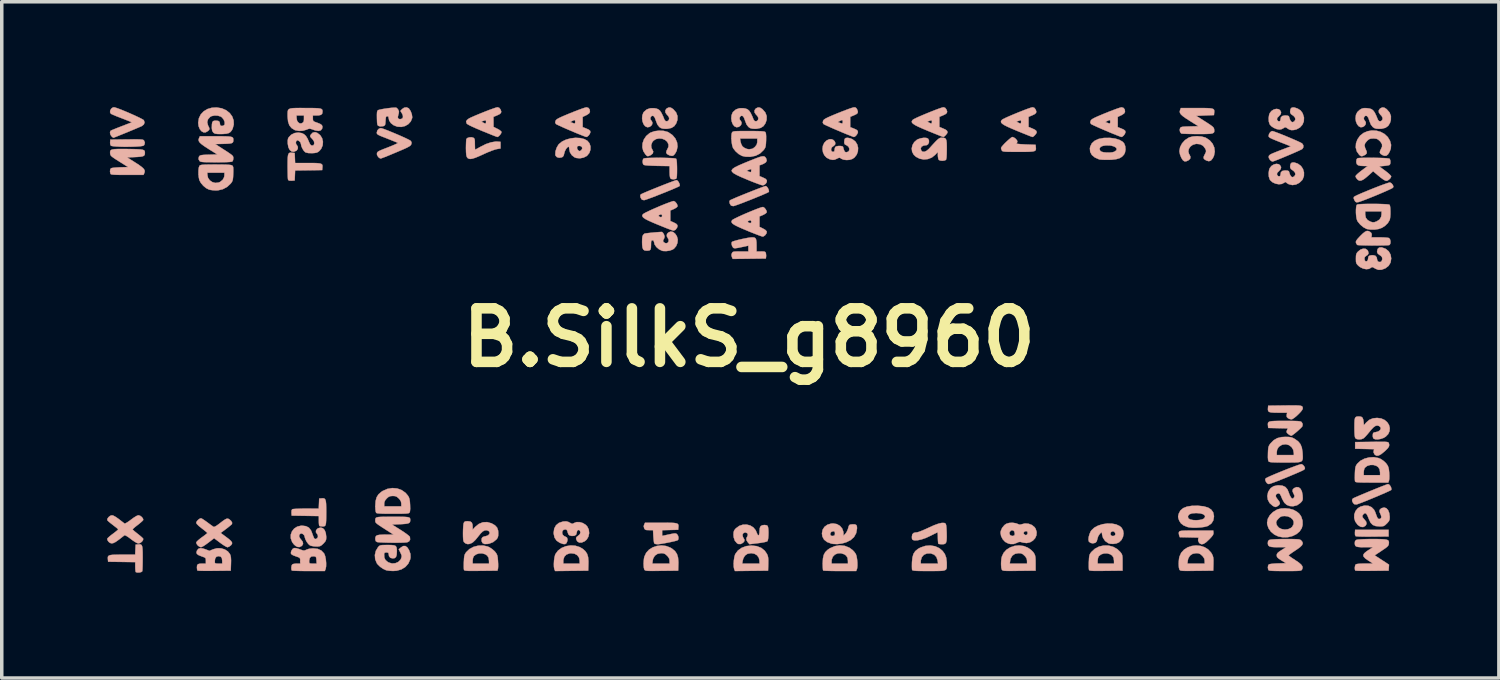
<source format=kicad_pcb>
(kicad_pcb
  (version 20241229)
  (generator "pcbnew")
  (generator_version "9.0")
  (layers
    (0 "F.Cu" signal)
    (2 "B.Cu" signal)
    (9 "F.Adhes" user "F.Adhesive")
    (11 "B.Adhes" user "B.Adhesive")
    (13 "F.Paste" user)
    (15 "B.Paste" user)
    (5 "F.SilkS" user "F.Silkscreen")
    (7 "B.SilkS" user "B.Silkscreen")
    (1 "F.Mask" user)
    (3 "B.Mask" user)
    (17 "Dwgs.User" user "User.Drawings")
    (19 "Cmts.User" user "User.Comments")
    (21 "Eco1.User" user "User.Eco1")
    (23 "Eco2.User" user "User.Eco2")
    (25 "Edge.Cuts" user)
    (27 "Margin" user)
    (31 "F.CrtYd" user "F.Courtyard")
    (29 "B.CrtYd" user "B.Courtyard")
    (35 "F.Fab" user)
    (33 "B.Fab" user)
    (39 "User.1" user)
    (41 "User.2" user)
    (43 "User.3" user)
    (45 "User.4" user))
  (footprint "B.SilkS_g8960"
    (layer "F.Cu")
    (at 18.286 6.567)
    (property "Reference" "B.SilkS_g8960" (at 0 0 0) (layer "F.SilkS") (effects (font (size 1.524 1.524) (thickness 0.3))))
    (attr through_hole)
    (fp_poly (pts (xy 18.214 5.662) (xy 17.759 5.667) (xy 17.623 5.668) (xy 17.501 5.667) (xy 17.399 5.665) (xy 17.323 5.661) (xy 17.281 5.656) (xy 17.276 5.655) (xy 17.257 5.619) (xy 17.255 5.554) (xy 17.261 5.472) (xy 18.214 5.472) (xy 18.214 5.662)) (stroke (width 0.01) (type solid)) (fill yes) (layer "B.SilkS"))
    (fp_poly (pts (xy 18.086 2.966) (xy 18.144 2.969) (xy 18.181 2.974) (xy 18.202 2.981) (xy 18.214 2.992) (xy 18.221 3.007) (xy 18.222 3.01) (xy 18.232 3.057) (xy 18.223 3.101) (xy 18.19 3.15) (xy 18.129 3.212) (xy 18.087 3.25) (xy 17.999 3.32) (xy 17.929 3.357) (xy 17.873 3.363) (xy 17.826 3.337) (xy 17.813 3.324) (xy 17.785 3.267) (xy 17.788 3.229) (xy 17.802 3.176) (xy 17.261 3.164) (xy 17.261 2.974) (xy 17.733 2.968) (xy 17.886 2.966) (xy 18.001 2.966) (xy 18.086 2.966)) (stroke (width 0.01) (type solid)) (fill yes) (layer "B.SilkS"))
    (fp_poly (pts (xy -17.372 -5.647) (xy -17.313 -5.644) (xy -17.275 -5.639) (xy -17.251 -5.63) (xy -17.237 -5.619) (xy -17.235 -5.616) (xy -17.21 -5.553) (xy -17.225 -5.493) (xy -17.242 -5.473) (xy -17.275 -5.461) (xy -17.341 -5.451) (xy -17.434 -5.444) (xy -17.546 -5.439) (xy -17.668 -5.437) (xy -17.792 -5.436) (xy -17.912 -5.439) (xy -18.018 -5.444) (xy -18.104 -5.451) (xy -18.162 -5.461) (xy -18.181 -5.47) (xy -18.197 -5.511) (xy -18.2 -5.569) (xy -18.199 -5.571) (xy -18.193 -5.641) (xy -17.727 -5.647) (xy -17.574 -5.648) (xy -17.457 -5.649) (xy -17.372 -5.647)) (stroke (width 0.01) (type solid)) (fill yes) (layer "B.SilkS"))
    (fp_poly (pts (xy 13.226 5.554) (xy 13.224 5.589) (xy 13.208 5.626) (xy 13.172 5.673) (xy 13.11 5.739) (xy 13.099 5.75) (xy 13.014 5.829) (xy 12.946 5.873) (xy 12.89 5.885) (xy 12.842 5.866) (xy 12.817 5.843) (xy 12.789 5.784) (xy 12.79 5.748) (xy 12.8 5.695) (xy 12.533 5.689) (xy 12.267 5.683) (xy 12.246 5.624) (xy 12.237 5.558) (xy 12.248 5.529) (xy 12.259 5.517) (xy 12.28 5.508) (xy 12.314 5.502) (xy 12.369 5.497) (xy 12.449 5.495) (xy 12.559 5.493) (xy 12.705 5.493) (xy 12.745 5.493) (xy 13.219 5.493) (xy 13.226 5.554)) (stroke (width 0.01) (type solid)) (fill yes) (layer "B.SilkS"))
    (fp_poly (pts (xy 15.631 1.931) (xy 15.693 1.937) (xy 15.733 1.947) (xy 15.756 1.962) (xy 15.766 1.982) (xy 15.769 2.01) (xy 15.769 2.021) (xy 15.753 2.057) (xy 15.713 2.11) (xy 15.655 2.171) (xy 15.591 2.232) (xy 15.527 2.284) (xy 15.474 2.319) (xy 15.445 2.328) (xy 15.392 2.316) (xy 15.348 2.294) (xy 15.313 2.257) (xy 15.31 2.208) (xy 15.311 2.199) (xy 15.324 2.138) (xy 15.073 2.138) (xy 14.953 2.136) (xy 14.869 2.13) (xy 14.816 2.117) (xy 14.787 2.094) (xy 14.777 2.058) (xy 14.778 2.007) (xy 14.778 2.007) (xy 14.785 1.937) (xy 15.26 1.931) (xy 15.419 1.929) (xy 15.541 1.929) (xy 15.631 1.931)) (stroke (width 0.01) (type solid)) (fill yes) (layer "B.SilkS"))
    (fp_poly (pts (xy -13.023 -5.268) (xy -13.014 -5.267) (xy -12.943 -5.26) (xy -12.937 -5.117) (xy -12.931 -4.974) (xy -12.564 -4.974) (xy -12.42 -4.974) (xy -12.314 -4.971) (xy -12.239 -4.964) (xy -12.191 -4.952) (xy -12.163 -4.932) (xy -12.152 -4.904) (xy -12.152 -4.864) (xy -12.154 -4.843) (xy -12.16 -4.773) (xy -12.546 -4.767) (xy -12.931 -4.762) (xy -12.937 -4.619) (xy -12.943 -4.477) (xy -13.031 -4.47) (xy -13.093 -4.471) (xy -13.124 -4.487) (xy -13.131 -4.499) (xy -13.136 -4.531) (xy -13.14 -4.597) (xy -13.142 -4.69) (xy -13.144 -4.801) (xy -13.145 -4.878) (xy -13.144 -5.017) (xy -13.141 -5.12) (xy -13.133 -5.191) (xy -13.119 -5.236) (xy -13.098 -5.26) (xy -13.066 -5.269) (xy -13.023 -5.268)) (stroke (width 0.01) (type solid)) (fill yes) (layer "B.SilkS"))
    (fp_poly (pts (xy -2.036 -4.47) (xy -2.005 -4.429) (xy -1.982 -4.379) (xy -1.974 -4.336) (xy -1.98 -4.319) (xy -2.008 -4.303) (xy -2.069 -4.275) (xy -2.156 -4.237) (xy -2.262 -4.193) (xy -2.381 -4.144) (xy -2.505 -4.095) (xy -2.629 -4.046) (xy -2.744 -4.001) (xy -2.846 -3.964) (xy -2.926 -3.935) (xy -2.978 -3.919) (xy -2.992 -3.916) (xy -3.041 -3.926) (xy -3.064 -3.942) (xy -3.094 -3.997) (xy -3.1 -4.049) (xy -3.086 -4.08) (xy -3.057 -4.095) (xy -2.996 -4.123) (xy -2.909 -4.16) (xy -2.803 -4.204) (xy -2.685 -4.252) (xy -2.56 -4.302) (xy -2.437 -4.351) (xy -2.321 -4.396) (xy -2.219 -4.435) (xy -2.138 -4.465) (xy -2.084 -4.483) (xy -2.066 -4.487) (xy -2.036 -4.47)) (stroke (width 0.01) (type solid)) (fill yes) (layer "B.SilkS"))
    (fp_poly (pts (xy 0.504 -4.301) (xy 0.535 -4.26) (xy 0.558 -4.21) (xy 0.566 -4.167) (xy 0.56 -4.15) (xy 0.532 -4.134) (xy 0.471 -4.106) (xy 0.384 -4.068) (xy 0.278 -4.024) (xy 0.159 -3.975) (xy 0.035 -3.925) (xy -0.089 -3.877) (xy -0.204 -3.832) (xy -0.306 -3.794) (xy -0.386 -3.766) (xy -0.438 -3.749) (xy -0.452 -3.747) (xy -0.501 -3.757) (xy -0.524 -3.773) (xy -0.554 -3.828) (xy -0.56 -3.88) (xy -0.546 -3.911) (xy -0.517 -3.926) (xy -0.456 -3.953) (xy -0.369 -3.991) (xy -0.263 -4.035) (xy -0.145 -4.083) (xy -0.02 -4.133) (xy 0.103 -4.182) (xy 0.219 -4.227) (xy 0.321 -4.266) (xy 0.402 -4.296) (xy 0.456 -4.314) (xy 0.474 -4.318) (xy 0.504 -4.301)) (stroke (width 0.01) (type solid)) (fill yes) (layer "B.SilkS"))
    (fp_poly (pts (xy 15.775 3.625) (xy 15.811 3.667) (xy 15.831 3.71) (xy 15.827 3.737) (xy 15.81 3.757) (xy 15.781 3.775) (xy 15.719 3.805) (xy 15.631 3.844) (xy 15.523 3.89) (xy 15.404 3.94) (xy 15.279 3.992) (xy 15.155 4.041) (xy 15.04 4.087) (xy 14.939 4.125) (xy 14.86 4.153) (xy 14.81 4.168) (xy 14.798 4.17) (xy 14.754 4.15) (xy 14.721 4.105) (xy 14.7 4.051) (xy 14.707 4.016) (xy 14.71 4.012) (xy 14.738 3.994) (xy 14.799 3.964) (xy 14.885 3.925) (xy 14.992 3.88) (xy 15.111 3.831) (xy 15.236 3.78) (xy 15.36 3.731) (xy 15.477 3.687) (xy 15.579 3.649) (xy 15.661 3.621) (xy 15.715 3.605) (xy 15.733 3.602) (xy 15.775 3.625)) (stroke (width 0.01) (type solid)) (fill yes) (layer "B.SilkS"))
    (fp_poly (pts (xy -17.324 5.892) (xy -17.3 5.913) (xy -17.285 5.954) (xy -17.277 6.019) (xy -17.273 6.115) (xy -17.272 6.247) (xy -17.272 6.277) (xy -17.273 6.395) (xy -17.275 6.501) (xy -17.278 6.585) (xy -17.282 6.639) (xy -17.285 6.655) (xy -17.312 6.675) (xy -17.362 6.688) (xy -17.418 6.69) (xy -17.462 6.68) (xy -17.47 6.675) (xy -17.477 6.647) (xy -17.482 6.591) (xy -17.484 6.527) (xy -17.484 6.393) (xy -18.256 6.382) (xy -18.263 6.312) (xy -18.265 6.267) (xy -18.26 6.234) (xy -18.24 6.211) (xy -18.202 6.195) (xy -18.139 6.186) (xy -18.047 6.182) (xy -17.921 6.181) (xy -17.852 6.181) (xy -17.486 6.181) (xy -17.473 5.895) (xy -17.403 5.888) (xy -17.357 5.886) (xy -17.324 5.892)) (stroke (width 0.01) (type solid)) (fill yes) (layer "B.SilkS"))
    (fp_poly (pts (xy -12.094 4.584) (xy -12.071 4.611) (xy -12.056 4.659) (xy -12.048 4.734) (xy -12.045 4.842) (xy -12.044 4.962) (xy -12.045 5.104) (xy -12.047 5.209) (xy -12.052 5.283) (xy -12.062 5.331) (xy -12.077 5.359) (xy -12.1 5.372) (xy -12.131 5.376) (xy -12.149 5.376) (xy -12.204 5.373) (xy -12.239 5.364) (xy -12.241 5.362) (xy -12.249 5.335) (xy -12.254 5.279) (xy -12.255 5.215) (xy -12.255 5.081) (xy -12.642 5.075) (xy -13.028 5.069) (xy -13.035 4.987) (xy -13.032 4.921) (xy -13.014 4.887) (xy -12.984 4.881) (xy -12.92 4.876) (xy -12.828 4.872) (xy -12.717 4.869) (xy -12.622 4.869) (xy -12.257 4.868) (xy -12.245 4.583) (xy -12.172 4.576) (xy -12.127 4.574) (xy -12.094 4.584)) (stroke (width 0.01) (type solid)) (fill yes) (layer "B.SilkS"))
    (fp_poly (pts (xy 18.235 4.188) (xy 18.269 4.232) (xy 18.291 4.284) (xy 18.293 4.329) (xy 18.29 4.337) (xy 18.267 4.35) (xy 18.212 4.377) (xy 18.13 4.414) (xy 18.029 4.458) (xy 17.915 4.507) (xy 17.794 4.558) (xy 17.672 4.608) (xy 17.557 4.655) (xy 17.456 4.695) (xy 17.373 4.726) (xy 17.317 4.746) (xy 17.303 4.75) (xy 17.247 4.747) (xy 17.222 4.731) (xy 17.183 4.675) (xy 17.173 4.621) (xy 17.196 4.582) (xy 17.196 4.581) (xy 17.224 4.567) (xy 17.284 4.54) (xy 17.37 4.503) (xy 17.474 4.459) (xy 17.591 4.41) (xy 17.713 4.36) (xy 17.835 4.31) (xy 17.949 4.264) (xy 18.049 4.225) (xy 18.129 4.194) (xy 18.181 4.175) (xy 18.199 4.17) (xy 18.235 4.188)) (stroke (width 0.01) (type solid)) (fill yes) (layer "B.SilkS"))
    (fp_poly (pts (xy 18.294 -4.398) (xy 18.329 -4.356) (xy 18.35 -4.312) (xy 18.346 -4.285) (xy 18.33 -4.266) (xy 18.301 -4.249) (xy 18.239 -4.219) (xy 18.151 -4.179) (xy 18.045 -4.133) (xy 17.926 -4.082) (xy 17.803 -4.031) (xy 17.681 -3.982) (xy 17.567 -3.937) (xy 17.469 -3.9) (xy 17.393 -3.873) (xy 17.346 -3.859) (xy 17.343 -3.858) (xy 17.294 -3.856) (xy 17.264 -3.876) (xy 17.241 -3.915) (xy 17.219 -3.969) (xy 17.225 -4.005) (xy 17.229 -4.01) (xy 17.257 -4.028) (xy 17.317 -4.058) (xy 17.404 -4.097) (xy 17.51 -4.142) (xy 17.629 -4.191) (xy 17.754 -4.242) (xy 17.879 -4.291) (xy 17.995 -4.336) (xy 18.098 -4.373) (xy 18.18 -4.401) (xy 18.234 -4.417) (xy 18.252 -4.42) (xy 18.294 -4.398)) (stroke (width 0.01) (type solid)) (fill yes) (layer "B.SilkS"))
    (fp_poly (pts (xy 15.414 2.371) (xy 15.528 2.373) (xy 15.611 2.376) (xy 15.669 2.381) (xy 15.706 2.388) (xy 15.728 2.398) (xy 15.736 2.404) (xy 15.766 2.458) (xy 15.761 2.515) (xy 15.753 2.531) (xy 15.722 2.566) (xy 15.671 2.615) (xy 15.61 2.67) (xy 15.547 2.722) (xy 15.491 2.765) (xy 15.453 2.79) (xy 15.442 2.794) (xy 15.407 2.781) (xy 15.36 2.749) (xy 15.353 2.744) (xy 15.315 2.706) (xy 15.307 2.675) (xy 15.319 2.638) (xy 15.344 2.584) (xy 15.065 2.578) (xy 14.785 2.572) (xy 14.778 2.502) (xy 14.775 2.46) (xy 14.78 2.428) (xy 14.795 2.405) (xy 14.828 2.389) (xy 14.882 2.379) (xy 14.963 2.374) (xy 15.075 2.371) (xy 15.223 2.371) (xy 15.262 2.371) (xy 15.414 2.371)) (stroke (width 0.01) (type solid)) (fill yes) (layer "B.SilkS"))
    (fp_poly (pts (xy -4.954 5.925) (xy -4.827 5.964) (xy -4.743 6.012) (xy -4.667 6.079) (xy -4.615 6.155) (xy -4.586 6.249) (xy -4.576 6.369) (xy -4.577 6.441) (xy -4.583 6.636) (xy -5.054 6.641) (xy -5.525 6.647) (xy -5.548 6.589) (xy -5.559 6.529) (xy -5.561 6.444) (xy -5.556 6.351) (xy -5.292 6.351) (xy -5.292 6.435) (xy -4.826 6.435) (xy -4.826 6.353) (xy -4.844 6.264) (xy -4.895 6.196) (xy -4.973 6.153) (xy -5.073 6.141) (xy -5.118 6.146) (xy -5.204 6.178) (xy -5.264 6.241) (xy -5.291 6.328) (xy -5.292 6.351) (xy -5.556 6.351) (xy -5.556 6.348) (xy -5.543 6.256) (xy -5.524 6.183) (xy -5.516 6.164) (xy -5.442 6.064) (xy -5.34 5.989) (xy -5.219 5.94) (xy -5.088 5.918) (xy -4.954 5.925)) (stroke (width 0.01) (type solid)) (fill yes) (layer "B.SilkS"))
    (fp_poly (pts (xy 17.644 -3.035) (xy 17.685 -3.014) (xy 17.725 -2.977) (xy 17.734 -2.931) (xy 17.733 -2.917) (xy 17.724 -2.857) (xy 17.954 -2.857) (xy 18.053 -2.856) (xy 18.139 -2.85) (xy 18.201 -2.843) (xy 18.226 -2.836) (xy 18.254 -2.801) (xy 18.268 -2.748) (xy 18.266 -2.691) (xy 18.248 -2.648) (xy 18.233 -2.638) (xy 18.201 -2.633) (xy 18.134 -2.629) (xy 18.042 -2.627) (xy 17.933 -2.626) (xy 17.813 -2.625) (xy 17.691 -2.626) (xy 17.575 -2.627) (xy 17.472 -2.63) (xy 17.39 -2.633) (xy 17.338 -2.637) (xy 17.322 -2.641) (xy 17.298 -2.672) (xy 17.284 -2.704) (xy 17.282 -2.733) (xy 17.296 -2.767) (xy 17.331 -2.814) (xy 17.392 -2.88) (xy 17.401 -2.89) (xy 17.483 -2.97) (xy 17.546 -3.019) (xy 17.597 -3.04) (xy 17.644 -3.035)) (stroke (width 0.01) (type solid)) (fill yes) (layer "B.SilkS"))
    (fp_poly (pts (xy -2.459 -5.122) (xy -2.341 -5.119) (xy -2.236 -5.115) (xy -2.152 -5.11) (xy -2.097 -5.103) (xy -2.079 -5.097) (xy -2.066 -5.062) (xy -2.058 -4.987) (xy -2.054 -4.872) (xy -2.053 -4.803) (xy -2.054 -4.689) (xy -2.057 -4.611) (xy -2.062 -4.561) (xy -2.072 -4.534) (xy -2.086 -4.522) (xy -2.087 -4.521) (xy -2.152 -4.509) (xy -2.213 -4.518) (xy -2.239 -4.534) (xy -2.253 -4.569) (xy -2.262 -4.639) (xy -2.265 -4.723) (xy -2.265 -4.887) (xy -2.624 -4.893) (xy -2.778 -4.898) (xy -2.892 -4.904) (xy -2.967 -4.912) (xy -3.005 -4.923) (xy -3.008 -4.926) (xy -3.028 -4.968) (xy -3.033 -5.025) (xy -3.022 -5.078) (xy -3.004 -5.103) (xy -2.971 -5.11) (xy -2.905 -5.116) (xy -2.813 -5.12) (xy -2.702 -5.122) (xy -2.582 -5.123) (xy -2.459 -5.122)) (stroke (width 0.01) (type solid)) (fill yes) (layer "B.SilkS"))
    (fp_poly (pts (xy 0.064 5.921) (xy 0.218 5.938) (xy 0.346 5.988) (xy 0.446 6.069) (xy 0.509 6.161) (xy 0.53 6.211) (xy 0.542 6.265) (xy 0.547 6.335) (xy 0.546 6.435) (xy 0.546 6.441) (xy 0.54 6.636) (xy 0.068 6.641) (xy -0.403 6.647) (xy -0.426 6.589) (xy -0.438 6.527) (xy -0.44 6.439) (xy -0.44 6.435) (xy -0.196 6.435) (xy 0.296 6.435) (xy 0.296 6.355) (xy 0.276 6.267) (xy 0.225 6.198) (xy 0.151 6.154) (xy 0.059 6.138) (xy -0.041 6.155) (xy -0.05 6.159) (xy -0.116 6.205) (xy -0.164 6.284) (xy -0.184 6.358) (xy -0.196 6.435) (xy -0.44 6.435) (xy -0.434 6.342) (xy -0.42 6.249) (xy -0.4 6.178) (xy -0.394 6.164) (xy -0.319 6.063) (xy -0.213 5.986) (xy -0.084 5.938) (xy 0.063 5.921) (xy 0.064 5.921)) (stroke (width 0.01) (type solid)) (fill yes) (layer "B.SilkS"))
    (fp_poly (pts (xy 7.544 -5.7) (xy 7.593 -5.664) (xy 7.63 -5.619) (xy 7.641 -5.588) (xy 7.628 -5.546) (xy 7.615 -5.531) (xy 7.625 -5.524) (xy 7.67 -5.517) (xy 7.744 -5.51) (xy 7.841 -5.505) (xy 7.874 -5.503) (xy 8.16 -5.493) (xy 8.166 -5.423) (xy 8.169 -5.382) (xy 8.165 -5.35) (xy 8.15 -5.327) (xy 8.118 -5.311) (xy 8.065 -5.301) (xy 7.986 -5.295) (xy 7.876 -5.292) (xy 7.73 -5.292) (xy 7.671 -5.292) (xy 7.521 -5.292) (xy 7.408 -5.293) (xy 7.327 -5.295) (xy 7.271 -5.299) (xy 7.235 -5.305) (xy 7.214 -5.314) (xy 7.202 -5.325) (xy 7.197 -5.333) (xy 7.179 -5.379) (xy 7.176 -5.403) (xy 7.19 -5.431) (xy 7.23 -5.479) (xy 7.284 -5.537) (xy 7.347 -5.597) (xy 7.408 -5.652) (xy 7.46 -5.694) (xy 7.494 -5.714) (xy 7.499 -5.715) (xy 7.544 -5.7)) (stroke (width 0.01) (type solid)) (fill yes) (layer "B.SilkS"))
    (fp_poly (pts (xy -2.364 5.934) (xy -2.239 5.982) (xy -2.192 6.011) (xy -2.11 6.08) (xy -2.055 6.162) (xy -2.024 6.265) (xy -2.014 6.395) (xy -2.015 6.448) (xy -2.021 6.636) (xy -2.491 6.641) (xy -2.644 6.643) (xy -2.76 6.644) (xy -2.845 6.643) (xy -2.903 6.64) (xy -2.941 6.635) (xy -2.964 6.627) (xy -2.977 6.616) (xy -2.984 6.606) (xy -2.998 6.554) (xy -3.004 6.476) (xy -3.004 6.435) (xy -2.757 6.435) (xy -2.265 6.435) (xy -2.265 6.358) (xy -2.274 6.297) (xy -2.309 6.241) (xy -2.337 6.21) (xy -2.39 6.164) (xy -2.441 6.143) (xy -2.506 6.138) (xy -2.606 6.156) (xy -2.683 6.208) (xy -2.732 6.289) (xy -2.745 6.345) (xy -2.757 6.435) (xy -3.004 6.435) (xy -3.003 6.385) (xy -2.995 6.297) (xy -2.984 6.24) (xy -2.932 6.129) (xy -2.851 6.039) (xy -2.746 5.973) (xy -2.625 5.932) (xy -2.495 5.918) (xy -2.364 5.934)) (stroke (width 0.01) (type solid)) (fill yes) (layer "B.SilkS"))
    (fp_poly (pts (xy 0.145 -2.853) (xy 0.18 -2.833) (xy 0.2 -2.792) (xy 0.21 -2.722) (xy 0.212 -2.631) (xy 0.212 -2.455) (xy 0.338 -2.455) (xy 0.409 -2.454) (xy 0.449 -2.447) (xy 0.469 -2.43) (xy 0.478 -2.405) (xy 0.485 -2.342) (xy 0.483 -2.304) (xy 0.476 -2.254) (xy -0.466 -2.243) (xy -0.49 -2.296) (xy -0.504 -2.355) (xy -0.491 -2.402) (xy -0.478 -2.426) (xy -0.461 -2.441) (xy -0.43 -2.45) (xy -0.377 -2.454) (xy -0.295 -2.455) (xy -0.244 -2.455) (xy -0.021 -2.455) (xy -0.021 -2.62) (xy -0.224 -2.577) (xy -0.319 -2.557) (xy -0.383 -2.548) (xy -0.422 -2.547) (xy -0.446 -2.556) (xy -0.455 -2.563) (xy -0.485 -2.612) (xy -0.5 -2.671) (xy -0.494 -2.719) (xy -0.491 -2.725) (xy -0.465 -2.739) (xy -0.406 -2.758) (xy -0.325 -2.78) (xy -0.23 -2.803) (xy -0.131 -2.824) (xy -0.038 -2.842) (xy 0.04 -2.854) (xy 0.091 -2.857) (xy 0.145 -2.853)) (stroke (width 0.01) (type solid)) (fill yes) (layer "B.SilkS"))
    (fp_poly (pts (xy -7.855 -5.695) (xy -7.832 -5.678) (xy -7.818 -5.65) (xy -7.812 -5.601) (xy -7.811 -5.521) (xy -7.811 -5.513) (xy -7.809 -5.437) (xy -7.807 -5.382) (xy -7.803 -5.356) (xy -7.802 -5.355) (xy -7.781 -5.365) (xy -7.732 -5.391) (xy -7.666 -5.428) (xy -7.648 -5.438) (xy -7.498 -5.513) (xy -7.354 -5.562) (xy -7.225 -5.584) (xy -7.171 -5.584) (xy -7.08 -5.577) (xy -7.08 -5.388) (xy -7.186 -5.371) (xy -7.245 -5.355) (xy -7.332 -5.325) (xy -7.434 -5.284) (xy -7.541 -5.237) (xy -7.556 -5.229) (xy -7.692 -5.168) (xy -7.796 -5.125) (xy -7.874 -5.1) (xy -7.932 -5.09) (xy -7.975 -5.094) (xy -7.98 -5.096) (xy -8.016 -5.114) (xy -8.04 -5.147) (xy -8.055 -5.201) (xy -8.062 -5.283) (xy -8.065 -5.4) (xy -8.065 -5.4) (xy -8.063 -5.496) (xy -8.06 -5.579) (xy -8.056 -5.638) (xy -8.052 -5.66) (xy -8.021 -5.688) (xy -7.966 -5.705) (xy -7.904 -5.708) (xy -7.855 -5.695)) (stroke (width 0.01) (type solid)) (fill yes) (layer "B.SilkS"))
    (fp_poly (pts (xy 2.724 5.93) (xy 2.854 5.981) (xy 2.949 6.051) (xy 2.999 6.105) (xy 3.037 6.16) (xy 3.04 6.164) (xy 3.06 6.225) (xy 3.075 6.311) (xy 3.084 6.407) (xy 3.085 6.498) (xy 3.077 6.569) (xy 3.072 6.588) (xy 3.049 6.646) (xy 2.586 6.646) (xy 2.451 6.646) (xy 2.329 6.644) (xy 2.229 6.641) (xy 2.155 6.638) (xy 2.115 6.634) (xy 2.11 6.632) (xy 2.103 6.606) (xy 2.099 6.548) (xy 2.096 6.468) (xy 2.096 6.435) (xy 2.349 6.435) (xy 2.815 6.435) (xy 2.815 6.359) (xy 2.803 6.27) (xy 2.763 6.207) (xy 2.71 6.17) (xy 2.615 6.14) (xy 2.524 6.144) (xy 2.444 6.178) (xy 2.385 6.238) (xy 2.353 6.32) (xy 2.35 6.355) (xy 2.349 6.435) (xy 2.096 6.435) (xy 2.096 6.426) (xy 2.103 6.292) (xy 2.125 6.19) (xy 2.168 6.11) (xy 2.235 6.044) (xy 2.302 5.998) (xy 2.44 5.938) (xy 2.583 5.915) (xy 2.724 5.93)) (stroke (width 0.01) (type solid)) (fill yes) (layer "B.SilkS"))
    (fp_poly (pts (xy 7.82 5.935) (xy 7.937 5.981) (xy 8.024 6.041) (xy 8.093 6.109) (xy 8.105 6.126) (xy 8.13 6.168) (xy 8.146 6.209) (xy 8.155 6.26) (xy 8.159 6.332) (xy 8.16 6.422) (xy 8.16 6.636) (xy 7.69 6.641) (xy 7.537 6.643) (xy 7.421 6.644) (xy 7.336 6.643) (xy 7.278 6.64) (xy 7.24 6.635) (xy 7.217 6.627) (xy 7.204 6.616) (xy 7.198 6.606) (xy 7.183 6.554) (xy 7.177 6.475) (xy 7.177 6.435) (xy 7.424 6.435) (xy 7.916 6.435) (xy 7.916 6.358) (xy 7.907 6.297) (xy 7.873 6.241) (xy 7.844 6.21) (xy 7.791 6.164) (xy 7.74 6.143) (xy 7.675 6.138) (xy 7.575 6.156) (xy 7.498 6.208) (xy 7.449 6.289) (xy 7.436 6.345) (xy 7.424 6.435) (xy 7.177 6.435) (xy 7.178 6.384) (xy 7.186 6.296) (xy 7.198 6.238) (xy 7.249 6.129) (xy 7.331 6.039) (xy 7.437 5.973) (xy 7.558 5.931) (xy 7.689 5.918) (xy 7.82 5.935)) (stroke (width 0.01) (type solid)) (fill yes) (layer "B.SilkS"))
    (fp_poly (pts (xy 12.852 5.93) (xy 12.97 5.967) (xy 13.074 6.031) (xy 13.158 6.122) (xy 13.182 6.162) (xy 13.206 6.213) (xy 13.22 6.264) (xy 13.226 6.327) (xy 13.225 6.416) (xy 13.225 6.445) (xy 13.219 6.636) (xy 12.749 6.641) (xy 12.596 6.643) (xy 12.48 6.644) (xy 12.395 6.643) (xy 12.337 6.64) (xy 12.299 6.635) (xy 12.276 6.627) (xy 12.263 6.616) (xy 12.256 6.606) (xy 12.242 6.554) (xy 12.236 6.476) (xy 12.236 6.435) (xy 12.483 6.435) (xy 12.975 6.435) (xy 12.975 6.358) (xy 12.966 6.297) (xy 12.931 6.241) (xy 12.903 6.21) (xy 12.85 6.164) (xy 12.799 6.143) (xy 12.734 6.138) (xy 12.634 6.156) (xy 12.557 6.208) (xy 12.508 6.289) (xy 12.495 6.345) (xy 12.483 6.435) (xy 12.236 6.435) (xy 12.237 6.385) (xy 12.245 6.297) (xy 12.256 6.24) (xy 12.307 6.127) (xy 12.387 6.039) (xy 12.488 5.974) (xy 12.604 5.934) (xy 12.728 5.919) (xy 12.852 5.93)) (stroke (width 0.01) (type solid)) (fill yes) (layer "B.SilkS"))
    (fp_poly (pts (xy -2.435 -5.89) (xy -2.321 -5.86) (xy -2.295 -5.847) (xy -2.182 -5.769) (xy -2.1 -5.671) (xy -2.052 -5.56) (xy -2.039 -5.443) (xy -2.063 -5.325) (xy -2.097 -5.258) (xy -2.143 -5.198) (xy -2.191 -5.176) (xy -2.254 -5.187) (xy -2.277 -5.196) (xy -2.339 -5.231) (xy -2.362 -5.274) (xy -2.348 -5.331) (xy -2.329 -5.365) (xy -2.297 -5.436) (xy -2.296 -5.5) (xy -2.296 -5.503) (xy -2.332 -5.579) (xy -2.396 -5.634) (xy -2.476 -5.666) (xy -2.564 -5.674) (xy -2.65 -5.657) (xy -2.722 -5.612) (xy -2.759 -5.567) (xy -2.79 -5.483) (xy -2.782 -5.405) (xy -2.762 -5.367) (xy -2.731 -5.303) (xy -2.742 -5.248) (xy -2.794 -5.203) (xy -2.802 -5.199) (xy -2.858 -5.174) (xy -2.892 -5.169) (xy -2.921 -5.186) (xy -2.953 -5.22) (xy -3.014 -5.315) (xy -3.041 -5.423) (xy -3.035 -5.535) (xy -2.997 -5.645) (xy -2.931 -5.743) (xy -2.837 -5.823) (xy -2.805 -5.841) (xy -2.693 -5.88) (xy -2.565 -5.896) (xy -2.435 -5.89)) (stroke (width 0.01) (type solid)) (fill yes) (layer "B.SilkS"))
    (fp_poly (pts (xy -2.352 5.271) (xy -2.23 5.273) (xy -2.141 5.277) (xy -2.079 5.286) (xy -2.04 5.3) (xy -2.02 5.32) (xy -2.012 5.348) (xy -2.013 5.386) (xy -2.015 5.401) (xy -2.021 5.472) (xy -2.249 5.478) (xy -2.477 5.484) (xy -2.477 5.647) (xy -2.284 5.605) (xy -2.193 5.586) (xy -2.134 5.576) (xy -2.097 5.576) (xy -2.072 5.584) (xy -2.051 5.6) (xy -2.023 5.644) (xy -2.011 5.7) (xy -2.018 5.749) (xy -2.034 5.769) (xy -2.069 5.782) (xy -2.135 5.799) (xy -2.223 5.819) (xy -2.321 5.839) (xy -2.42 5.858) (xy -2.509 5.873) (xy -2.578 5.882) (xy -2.608 5.884) (xy -2.663 5.878) (xy -2.699 5.862) (xy -2.702 5.859) (xy -2.71 5.827) (xy -2.718 5.764) (xy -2.725 5.683) (xy -2.727 5.658) (xy -2.736 5.482) (xy -2.85 5.482) (xy -2.918 5.48) (xy -2.957 5.47) (xy -2.979 5.447) (xy -2.988 5.429) (xy -3.002 5.37) (xy -2.988 5.323) (xy -2.964 5.271) (xy -2.511 5.271) (xy -2.352 5.271)) (stroke (width 0.01) (type solid)) (fill yes) (layer "B.SilkS"))
    (fp_poly (pts (xy 10.238 5.922) (xy 10.369 5.957) (xy 10.487 6.023) (xy 10.57 6.103) (xy 10.6 6.141) (xy 10.619 6.175) (xy 10.63 6.214) (xy 10.635 6.271) (xy 10.636 6.354) (xy 10.636 6.41) (xy 10.636 6.636) (xy 10.165 6.641) (xy 10.009 6.643) (xy 9.891 6.643) (xy 9.804 6.642) (xy 9.745 6.638) (xy 9.708 6.633) (xy 9.688 6.625) (xy 9.681 6.616) (xy 9.677 6.581) (xy 9.674 6.516) (xy 9.675 6.431) (xy 9.676 6.384) (xy 9.678 6.359) (xy 9.927 6.359) (xy 9.927 6.435) (xy 10.393 6.435) (xy 10.393 6.359) (xy 10.381 6.27) (xy 10.341 6.207) (xy 10.287 6.17) (xy 10.201 6.144) (xy 10.11 6.145) (xy 10.027 6.172) (xy 9.964 6.22) (xy 9.949 6.243) (xy 9.934 6.292) (xy 9.927 6.355) (xy 9.927 6.359) (xy 9.678 6.359) (xy 9.681 6.289) (xy 9.688 6.224) (xy 9.7 6.178) (xy 9.721 6.14) (xy 9.749 6.104) (xy 9.85 6.011) (xy 9.97 5.949) (xy 10.103 5.92) (xy 10.238 5.922)) (stroke (width 0.01) (type solid)) (fill yes) (layer "B.SilkS"))
    (fp_poly (pts (xy 14.933 -5.876) (xy 14.997 -5.854) (xy 15.085 -5.821) (xy 15.19 -5.779) (xy 15.303 -5.733) (xy 15.418 -5.685) (xy 15.527 -5.638) (xy 15.622 -5.596) (xy 15.697 -5.561) (xy 15.744 -5.536) (xy 15.753 -5.529) (xy 15.785 -5.479) (xy 15.785 -5.42) (xy 15.757 -5.375) (xy 15.727 -5.358) (xy 15.667 -5.329) (xy 15.582 -5.291) (xy 15.48 -5.246) (xy 15.369 -5.199) (xy 15.255 -5.151) (xy 15.146 -5.106) (xy 15.05 -5.067) (xy 14.973 -5.037) (xy 14.923 -5.02) (xy 14.908 -5.016) (xy 14.874 -5.03) (xy 14.837 -5.06) (xy 14.803 -5.118) (xy 14.8 -5.157) (xy 14.805 -5.179) (xy 14.822 -5.199) (xy 14.853 -5.221) (xy 14.907 -5.247) (xy 14.988 -5.28) (xy 15.102 -5.325) (xy 15.117 -5.331) (xy 15.429 -5.45) (xy 15.112 -5.574) (xy 14.992 -5.622) (xy 14.906 -5.658) (xy 14.849 -5.685) (xy 14.815 -5.707) (xy 14.799 -5.727) (xy 14.796 -5.744) (xy 14.809 -5.802) (xy 14.843 -5.853) (xy 14.886 -5.882) (xy 14.9 -5.884) (xy 14.933 -5.876)) (stroke (width 0.01) (type solid)) (fill yes) (layer "B.SilkS"))
    (fp_poly (pts (xy 17.865 -5.895) (xy 17.988 -5.861) (xy 18.099 -5.8) (xy 18.191 -5.713) (xy 18.255 -5.605) (xy 18.285 -5.492) (xy 18.276 -5.383) (xy 18.244 -5.298) (xy 18.198 -5.221) (xy 18.151 -5.183) (xy 18.096 -5.179) (xy 18.046 -5.197) (xy 17.984 -5.235) (xy 17.962 -5.277) (xy 17.976 -5.332) (xy 17.992 -5.361) (xy 18.028 -5.44) (xy 18.026 -5.509) (xy 17.985 -5.576) (xy 17.962 -5.601) (xy 17.912 -5.645) (xy 17.866 -5.666) (xy 17.803 -5.672) (xy 17.78 -5.673) (xy 17.709 -5.669) (xy 17.66 -5.653) (xy 17.613 -5.616) (xy 17.598 -5.601) (xy 17.546 -5.537) (xy 17.529 -5.477) (xy 17.544 -5.407) (xy 17.565 -5.36) (xy 17.592 -5.293) (xy 17.589 -5.248) (xy 17.554 -5.212) (xy 17.525 -5.196) (xy 17.467 -5.17) (xy 17.427 -5.17) (xy 17.388 -5.197) (xy 17.376 -5.209) (xy 17.308 -5.305) (xy 17.278 -5.416) (xy 17.286 -5.536) (xy 17.326 -5.645) (xy 17.4 -5.752) (xy 17.499 -5.83) (xy 17.614 -5.879) (xy 17.738 -5.901) (xy 17.865 -5.895)) (stroke (width 0.01) (type solid)) (fill yes) (layer "B.SilkS"))
    (fp_poly (pts (xy 2.499 5.31) (xy 2.588 5.361) (xy 2.652 5.437) (xy 2.685 5.532) (xy 2.688 5.571) (xy 2.688 5.64) (xy 2.742 5.586) (xy 2.779 5.533) (xy 2.811 5.461) (xy 2.821 5.428) (xy 2.838 5.366) (xy 2.857 5.335) (xy 2.89 5.322) (xy 2.94 5.317) (xy 3.014 5.318) (xy 3.056 5.339) (xy 3.072 5.387) (xy 3.073 5.437) (xy 3.049 5.568) (xy 2.989 5.677) (xy 2.893 5.765) (xy 2.763 5.829) (xy 2.65 5.861) (xy 2.511 5.88) (xy 2.388 5.874) (xy 2.339 5.865) (xy 2.219 5.82) (xy 2.135 5.753) (xy 2.087 5.664) (xy 2.074 5.573) (xy 2.075 5.571) (xy 2.312 5.571) (xy 2.314 5.618) (xy 2.344 5.646) (xy 2.386 5.648) (xy 2.428 5.636) (xy 2.443 5.604) (xy 2.445 5.577) (xy 2.439 5.532) (xy 2.415 5.515) (xy 2.394 5.514) (xy 2.342 5.53) (xy 2.312 5.571) (xy 2.075 5.571) (xy 2.094 5.471) (xy 2.147 5.388) (xy 2.23 5.328) (xy 2.336 5.296) (xy 2.393 5.292) (xy 2.499 5.31)) (stroke (width 0.01) (type solid)) (fill yes) (layer "B.SilkS"))
    (fp_poly (pts (xy 5.297 5.941) (xy 5.419 5.997) (xy 5.511 6.075) (xy 5.575 6.164) (xy 5.613 6.267) (xy 5.629 6.393) (xy 5.63 6.441) (xy 5.63 6.506) (xy 5.628 6.555) (xy 5.617 6.591) (xy 5.593 6.616) (xy 5.551 6.632) (xy 5.487 6.641) (xy 5.394 6.645) (xy 5.269 6.646) (xy 5.121 6.646) (xy 4.966 6.646) (xy 4.848 6.645) (xy 4.762 6.642) (xy 4.704 6.637) (xy 4.668 6.631) (xy 4.649 6.623) (xy 4.643 6.615) (xy 4.639 6.581) (xy 4.637 6.516) (xy 4.638 6.432) (xy 4.639 6.396) (xy 4.641 6.372) (xy 4.889 6.372) (xy 4.889 6.435) (xy 5.382 6.435) (xy 5.368 6.345) (xy 5.335 6.248) (xy 5.273 6.182) (xy 5.182 6.147) (xy 5.165 6.144) (xy 5.061 6.148) (xy 4.977 6.185) (xy 4.919 6.251) (xy 4.891 6.343) (xy 4.889 6.372) (xy 4.641 6.372) (xy 4.652 6.262) (xy 4.681 6.159) (xy 4.733 6.08) (xy 4.811 6.016) (xy 4.88 5.978) (xy 5.019 5.931) (xy 5.16 5.919) (xy 5.297 5.941)) (stroke (width 0.01) (type solid)) (fill yes) (layer "B.SilkS"))
    (fp_poly (pts (xy 5.56 5.278) (xy 5.588 5.29) (xy 5.603 5.31) (xy 5.614 5.352) (xy 5.621 5.422) (xy 5.626 5.527) (xy 5.627 5.554) (xy 5.629 5.679) (xy 5.625 5.768) (xy 5.613 5.828) (xy 5.59 5.863) (xy 5.554 5.88) (xy 5.503 5.884) (xy 5.496 5.884) (xy 5.436 5.881) (xy 5.397 5.874) (xy 5.39 5.87) (xy 5.384 5.844) (xy 5.379 5.786) (xy 5.376 5.71) (xy 5.376 5.701) (xy 5.375 5.626) (xy 5.372 5.571) (xy 5.367 5.546) (xy 5.366 5.546) (xy 5.344 5.555) (xy 5.293 5.579) (xy 5.222 5.615) (xy 5.17 5.641) (xy 5.034 5.704) (xy 4.906 5.748) (xy 4.794 5.772) (xy 4.706 5.773) (xy 4.69 5.77) (xy 4.654 5.755) (xy 4.639 5.725) (xy 4.636 5.673) (xy 4.647 5.603) (xy 4.686 5.562) (xy 4.756 5.546) (xy 4.777 5.546) (xy 4.817 5.537) (xy 4.887 5.512) (xy 4.976 5.475) (xy 5.077 5.43) (xy 5.107 5.416) (xy 5.266 5.344) (xy 5.393 5.298) (xy 5.491 5.276) (xy 5.56 5.278)) (stroke (width 0.01) (type solid)) (fill yes) (layer "B.SilkS"))
    (fp_poly (pts (xy 10.279 -5.69) (xy 10.426 -5.671) (xy 10.548 -5.633) (xy 10.639 -5.58) (xy 10.682 -5.533) (xy 10.713 -5.453) (xy 10.721 -5.358) (xy 10.704 -5.267) (xy 10.677 -5.214) (xy 10.62 -5.153) (xy 10.548 -5.11) (xy 10.453 -5.083) (xy 10.328 -5.068) (xy 10.245 -5.065) (xy 10.146 -5.065) (xy 10.059 -5.068) (xy 9.994 -5.073) (xy 9.969 -5.078) (xy 9.847 -5.132) (xy 9.762 -5.203) (xy 9.715 -5.29) (xy 9.707 -5.377) (xy 9.98 -5.377) (xy 9.999 -5.323) (xy 10.033 -5.298) (xy 10.092 -5.281) (xy 10.175 -5.273) (xy 10.266 -5.272) (xy 10.349 -5.28) (xy 10.401 -5.295) (xy 10.455 -5.332) (xy 10.471 -5.372) (xy 10.451 -5.411) (xy 10.399 -5.444) (xy 10.318 -5.468) (xy 10.276 -5.473) (xy 10.164 -5.476) (xy 10.074 -5.462) (xy 10.011 -5.433) (xy 9.982 -5.39) (xy 9.98 -5.377) (xy 9.707 -5.377) (xy 9.706 -5.391) (xy 9.717 -5.445) (xy 9.763 -5.538) (xy 9.845 -5.61) (xy 9.959 -5.661) (xy 10.103 -5.688) (xy 10.273 -5.69) (xy 10.279 -5.69)) (stroke (width 0.01) (type solid)) (fill yes) (layer "B.SilkS"))
    (fp_poly (pts (xy 10.33 5.296) (xy 10.452 5.319) (xy 10.554 5.366) (xy 10.604 5.408) (xy 10.65 5.485) (xy 10.665 5.577) (xy 10.649 5.673) (xy 10.607 5.76) (xy 10.538 5.828) (xy 10.535 5.83) (xy 10.459 5.862) (xy 10.366 5.875) (xy 10.277 5.869) (xy 10.234 5.856) (xy 10.14 5.791) (xy 10.079 5.7) (xy 10.058 5.628) (xy 10.053 5.598) (xy 10.289 5.598) (xy 10.312 5.637) (xy 10.361 5.652) (xy 10.408 5.639) (xy 10.429 5.617) (xy 10.429 5.568) (xy 10.4 5.528) (xy 10.361 5.514) (xy 10.319 5.53) (xy 10.302 5.548) (xy 10.289 5.598) (xy 10.053 5.598) (xy 10.042 5.535) (xy 9.988 5.589) (xy 9.943 5.656) (xy 9.92 5.732) (xy 9.901 5.8) (xy 9.868 5.838) (xy 9.854 5.845) (xy 9.788 5.859) (xy 9.724 5.845) (xy 9.679 5.81) (xy 9.676 5.804) (xy 9.665 5.751) (xy 9.673 5.675) (xy 9.696 5.593) (xy 9.729 5.518) (xy 9.747 5.491) (xy 9.829 5.413) (xy 9.938 5.354) (xy 10.064 5.314) (xy 10.197 5.294) (xy 10.33 5.296)) (stroke (width 0.01) (type solid)) (fill yes) (layer "B.SilkS"))
    (fp_poly (pts (xy 12.885 -5.729) (xy 12.99 -5.701) (xy 13.009 -5.693) (xy 13.12 -5.619) (xy 13.201 -5.524) (xy 13.249 -5.414) (xy 13.263 -5.297) (xy 13.24 -5.179) (xy 13.205 -5.108) (xy 13.154 -5.046) (xy 13.096 -5.025) (xy 13.028 -5.043) (xy 13.02 -5.047) (xy 12.965 -5.081) (xy 12.943 -5.116) (xy 12.951 -5.163) (xy 12.978 -5.218) (xy 13.006 -5.275) (xy 13.015 -5.313) (xy 13.007 -5.35) (xy 12.991 -5.385) (xy 12.932 -5.463) (xy 12.848 -5.509) (xy 12.743 -5.52) (xy 12.724 -5.518) (xy 12.637 -5.493) (xy 12.569 -5.443) (xy 12.525 -5.378) (xy 12.51 -5.306) (xy 12.528 -5.235) (xy 12.541 -5.216) (xy 12.571 -5.151) (xy 12.561 -5.094) (xy 12.512 -5.05) (xy 12.511 -5.049) (xy 12.444 -5.021) (xy 12.397 -5.023) (xy 12.356 -5.053) (xy 12.355 -5.054) (xy 12.309 -5.125) (xy 12.273 -5.216) (xy 12.256 -5.304) (xy 12.256 -5.317) (xy 12.276 -5.428) (xy 12.332 -5.535) (xy 12.415 -5.627) (xy 12.519 -5.696) (xy 12.539 -5.705) (xy 12.641 -5.731) (xy 12.762 -5.739) (xy 12.885 -5.729)) (stroke (width 0.01) (type solid)) (fill yes) (layer "B.SilkS"))
    (fp_poly (pts (xy 0.444 -5.156) (xy 0.466 -5.135) (xy 0.486 -5.103) (xy 0.488 -5.1) (xy 0.502 -5.041) (xy 0.476 -4.992) (xy 0.409 -4.951) (xy 0.391 -4.943) (xy 0.296 -4.907) (xy 0.296 -4.602) (xy 0.402 -4.557) (xy 0.474 -4.519) (xy 0.506 -4.479) (xy 0.501 -4.431) (xy 0.475 -4.386) (xy 0.424 -4.347) (xy 0.385 -4.34) (xy 0.348 -4.348) (xy 0.28 -4.371) (xy 0.187 -4.405) (xy 0.075 -4.448) (xy -0.047 -4.498) (xy -0.061 -4.504) (xy -0.226 -4.574) (xy -0.352 -4.632) (xy -0.439 -4.682) (xy -0.487 -4.726) (xy -0.494 -4.753) (xy -0.069 -4.753) (xy -0.008 -4.728) (xy 0.035 -4.713) (xy 0.054 -4.722) (xy 0.06 -4.745) (xy 0.062 -4.784) (xy 0.057 -4.797) (xy 0.034 -4.796) (xy -0.01 -4.78) (xy -0.011 -4.78) (xy -0.069 -4.753) (xy -0.494 -4.753) (xy -0.497 -4.767) (xy -0.467 -4.809) (xy -0.399 -4.855) (xy -0.29 -4.908) (xy -0.143 -4.971) (xy -0.044 -5.012) (xy 0.105 -5.072) (xy 0.22 -5.117) (xy 0.306 -5.147) (xy 0.368 -5.163) (xy 0.413 -5.165) (xy 0.444 -5.156)) (stroke (width 0.01) (type solid)) (fill yes) (layer "B.SilkS"))
    (fp_poly (pts (xy 12.947 4.804) (xy 13.072 4.84) (xy 13.161 4.897) (xy 13.217 4.974) (xy 13.239 5.074) (xy 13.24 5.097) (xy 13.221 5.206) (xy 13.166 5.293) (xy 13.076 5.357) (xy 13.055 5.367) (xy 12.975 5.389) (xy 12.868 5.404) (xy 12.748 5.412) (xy 12.63 5.412) (xy 12.529 5.402) (xy 12.477 5.39) (xy 12.372 5.346) (xy 12.3 5.29) (xy 12.252 5.216) (xy 12.244 5.196) (xy 12.223 5.131) (xy 12.221 5.102) (xy 12.499 5.102) (xy 12.509 5.142) (xy 12.547 5.17) (xy 12.573 5.181) (xy 12.647 5.196) (xy 12.736 5.2) (xy 12.826 5.193) (xy 12.904 5.176) (xy 12.956 5.151) (xy 12.959 5.148) (xy 12.987 5.102) (xy 12.976 5.061) (xy 12.93 5.028) (xy 12.853 5.006) (xy 12.748 4.996) (xy 12.723 4.996) (xy 12.612 5.005) (xy 12.538 5.032) (xy 12.502 5.077) (xy 12.499 5.102) (xy 12.221 5.102) (xy 12.221 5.08) (xy 12.236 5.017) (xy 12.237 5.013) (xy 12.284 4.923) (xy 12.362 4.856) (xy 12.472 4.812) (xy 12.616 4.789) (xy 12.785 4.787) (xy 12.947 4.804)) (stroke (width 0.01) (type solid)) (fill yes) (layer "B.SilkS"))
    (fp_poly (pts (xy 15.384 4.872) (xy 15.485 4.897) (xy 15.515 4.91) (xy 15.603 4.959) (xy 15.663 5.008) (xy 15.708 5.068) (xy 15.729 5.106) (xy 15.763 5.214) (xy 15.765 5.331) (xy 15.741 5.425) (xy 15.679 5.52) (xy 15.586 5.597) (xy 15.47 5.653) (xy 15.34 5.684) (xy 15.203 5.687) (xy 15.075 5.663) (xy 14.959 5.608) (xy 14.863 5.528) (xy 14.794 5.429) (xy 14.757 5.319) (xy 14.753 5.271) (xy 14.755 5.263) (xy 15.01 5.263) (xy 15.022 5.319) (xy 15.038 5.353) (xy 15.091 5.414) (xy 15.169 5.452) (xy 15.259 5.466) (xy 15.351 5.456) (xy 15.431 5.42) (xy 15.468 5.387) (xy 15.508 5.314) (xy 15.511 5.242) (xy 15.481 5.177) (xy 15.421 5.124) (xy 15.338 5.089) (xy 15.254 5.08) (xy 15.184 5.085) (xy 15.134 5.104) (xy 15.083 5.148) (xy 15.079 5.152) (xy 15.028 5.211) (xy 15.01 5.263) (xy 14.755 5.263) (xy 14.773 5.161) (xy 14.831 5.058) (xy 14.919 4.969) (xy 15.033 4.899) (xy 15.06 4.888) (xy 15.153 4.866) (xy 15.267 4.861) (xy 15.384 4.872)) (stroke (width 0.01) (type solid)) (fill yes) (layer "B.SilkS"))
    (fp_poly (pts (xy -18.051 -6.553) (xy -17.983 -6.53) (xy -17.892 -6.496) (xy -17.787 -6.453) (xy -17.673 -6.405) (xy -17.56 -6.355) (xy -17.453 -6.306) (xy -17.36 -6.262) (xy -17.289 -6.225) (xy -17.247 -6.2) (xy -17.239 -6.192) (xy -17.219 -6.13) (xy -17.239 -6.073) (xy -17.296 -6.027) (xy -17.301 -6.025) (xy -17.346 -6.005) (xy -17.418 -5.974) (xy -17.51 -5.935) (xy -17.614 -5.892) (xy -17.724 -5.846) (xy -17.833 -5.802) (xy -17.932 -5.762) (xy -18.015 -5.728) (xy -18.075 -5.705) (xy -18.104 -5.694) (xy -18.106 -5.694) (xy -18.129 -5.707) (xy -18.161 -5.736) (xy -18.192 -5.785) (xy -18.203 -5.84) (xy -18.192 -5.884) (xy -18.18 -5.896) (xy -18.153 -5.909) (xy -18.094 -5.933) (xy -18.011 -5.967) (xy -17.911 -6.006) (xy -17.869 -6.022) (xy -17.581 -6.134) (xy -17.654 -6.165) (xy -17.705 -6.185) (xy -17.783 -6.216) (xy -17.876 -6.252) (xy -17.939 -6.276) (xy -18.029 -6.311) (xy -18.105 -6.343) (xy -18.158 -6.367) (xy -18.177 -6.377) (xy -18.201 -6.418) (xy -18.197 -6.47) (xy -18.169 -6.52) (xy -18.125 -6.554) (xy -18.089 -6.562) (xy -18.051 -6.553)) (stroke (width 0.01) (type solid)) (fill yes) (layer "B.SilkS"))
    (fp_poly (pts (xy 15.364 2.828) (xy 15.429 2.836) (xy 15.484 2.854) (xy 15.542 2.885) (xy 15.637 2.953) (xy 15.702 3.032) (xy 15.742 3.13) (xy 15.762 3.257) (xy 15.765 3.3) (xy 15.769 3.38) (xy 15.769 3.441) (xy 15.76 3.486) (xy 15.737 3.518) (xy 15.696 3.538) (xy 15.631 3.55) (xy 15.538 3.555) (xy 15.412 3.556) (xy 15.262 3.556) (xy 15.11 3.556) (xy 14.994 3.554) (xy 14.911 3.551) (xy 14.854 3.546) (xy 14.819 3.538) (xy 14.799 3.528) (xy 14.796 3.525) (xy 14.782 3.486) (xy 14.776 3.409) (xy 14.778 3.294) (xy 14.779 3.264) (xy 15.028 3.264) (xy 15.028 3.344) (xy 15.515 3.344) (xy 15.515 3.293) (xy 15.497 3.193) (xy 15.448 3.114) (xy 15.375 3.06) (xy 15.287 3.036) (xy 15.191 3.048) (xy 15.17 3.056) (xy 15.087 3.109) (xy 15.04 3.185) (xy 15.028 3.264) (xy 14.779 3.264) (xy 14.782 3.198) (xy 14.789 3.134) (xy 14.802 3.088) (xy 14.823 3.049) (xy 14.85 3.013) (xy 14.941 2.921) (xy 15.043 2.862) (xy 15.165 2.832) (xy 15.272 2.826) (xy 15.364 2.828)) (stroke (width 0.01) (type solid)) (fill yes) (layer "B.SilkS"))
    (fp_poly (pts (xy -10.025 4.295) (xy -9.897 4.341) (xy -9.786 4.419) (xy -9.717 4.5) (xy -9.69 4.547) (xy -9.673 4.599) (xy -9.662 4.67) (xy -9.656 4.765) (xy -9.653 4.874) (xy -9.659 4.946) (xy -9.673 4.984) (xy -9.673 4.985) (xy -9.688 4.996) (xy -9.717 5.004) (xy -9.765 5.01) (xy -9.838 5.013) (xy -9.939 5.016) (xy -10.076 5.016) (xy -10.148 5.016) (xy -10.315 5.016) (xy -10.442 5.013) (xy -10.534 5.008) (xy -10.592 5.002) (xy -10.62 4.992) (xy -10.621 4.991) (xy -10.635 4.955) (xy -10.644 4.885) (xy -10.647 4.793) (xy -10.643 4.729) (xy -10.393 4.729) (xy -10.393 4.805) (xy -9.906 4.805) (xy -9.906 4.729) (xy -9.916 4.667) (xy -9.95 4.611) (xy -9.978 4.58) (xy -10.031 4.534) (xy -10.082 4.513) (xy -10.149 4.508) (xy -10.218 4.514) (xy -10.269 4.535) (xy -10.321 4.58) (xy -10.37 4.64) (xy -10.391 4.697) (xy -10.393 4.729) (xy -10.643 4.729) (xy -10.638 4.655) (xy -10.609 4.547) (xy -10.555 4.461) (xy -10.472 4.39) (xy -10.438 4.367) (xy -10.302 4.307) (xy -10.162 4.284) (xy -10.025 4.295)) (stroke (width 0.01) (type solid)) (fill yes) (layer "B.SilkS"))
    (fp_poly (pts (xy -7.448 5.948) (xy -7.398 5.97) (xy -7.323 6.018) (xy -7.254 6.078) (xy -7.231 6.103) (xy -7.197 6.15) (xy -7.175 6.196) (xy -7.162 6.256) (xy -7.154 6.342) (xy -7.153 6.357) (xy -7.148 6.445) (xy -7.148 6.523) (xy -7.152 6.576) (xy -7.154 6.583) (xy -7.168 6.636) (xy -7.638 6.641) (xy -7.793 6.643) (xy -7.912 6.643) (xy -7.998 6.642) (xy -8.056 6.638) (xy -8.093 6.633) (xy -8.113 6.624) (xy -8.12 6.616) (xy -8.125 6.581) (xy -8.127 6.516) (xy -8.126 6.431) (xy -8.125 6.386) (xy -8.123 6.359) (xy -7.874 6.359) (xy -7.874 6.435) (xy -7.408 6.435) (xy -7.408 6.359) (xy -7.42 6.27) (xy -7.46 6.207) (xy -7.514 6.17) (xy -7.6 6.144) (xy -7.691 6.145) (xy -7.774 6.172) (xy -7.837 6.22) (xy -7.852 6.243) (xy -7.867 6.292) (xy -7.874 6.355) (xy -7.874 6.359) (xy -8.123 6.359) (xy -8.12 6.289) (xy -8.112 6.224) (xy -8.099 6.177) (xy -8.077 6.137) (xy -8.058 6.11) (xy -7.965 6.021) (xy -7.847 5.958) (xy -7.715 5.924) (xy -7.578 5.92) (xy -7.448 5.948)) (stroke (width 0.01) (type solid)) (fill yes) (layer "B.SilkS"))
    (fp_poly (pts (xy -7.115 -6.545) (xy -7.081 -6.5) (xy -7.06 -6.443) (xy -7.068 -6.4) (xy -7.11 -6.364) (xy -7.177 -6.332) (xy -7.281 -6.289) (xy -7.28 -6.145) (xy -7.279 -6.001) (xy -7.169 -5.948) (xy -7.108 -5.913) (xy -7.065 -5.878) (xy -7.052 -5.858) (xy -7.062 -5.823) (xy -7.092 -5.777) (xy -7.131 -5.737) (xy -7.165 -5.716) (xy -7.169 -5.716) (xy -7.193 -5.724) (xy -7.25 -5.745) (xy -7.334 -5.778) (xy -7.439 -5.821) (xy -7.56 -5.87) (xy -7.605 -5.888) (xy -7.759 -5.953) (xy -7.883 -6.008) (xy -7.973 -6.052) (xy -8.029 -6.085) (xy -8.045 -6.1) (xy -8.059 -6.152) (xy -8.058 -6.153) (xy -7.626 -6.153) (xy -7.575 -6.125) (xy -7.525 -6.101) (xy -7.5 -6.104) (xy -7.493 -6.136) (xy -7.493 -6.148) (xy -7.496 -6.182) (xy -7.514 -6.19) (xy -7.559 -6.177) (xy -7.626 -6.153) (xy -8.058 -6.153) (xy -8.037 -6.199) (xy -7.977 -6.244) (xy -7.921 -6.271) (xy -7.789 -6.329) (xy -7.654 -6.385) (xy -7.524 -6.437) (xy -7.404 -6.484) (xy -7.301 -6.521) (xy -7.222 -6.548) (xy -7.174 -6.561) (xy -7.166 -6.562) (xy -7.115 -6.545)) (stroke (width 0.01) (type solid)) (fill yes) (layer "B.SilkS"))
    (fp_poly (pts (xy 12.909 -6.54) (xy 13.031 -6.538) (xy 13.121 -6.534) (xy 13.182 -6.525) (xy 13.221 -6.511) (xy 13.241 -6.491) (xy 13.249 -6.463) (xy 13.248 -6.425) (xy 13.246 -6.41) (xy 13.24 -6.339) (xy 12.987 -6.329) (xy 12.735 -6.318) (xy 12.987 -6.157) (xy 13.088 -6.092) (xy 13.158 -6.044) (xy 13.204 -6.008) (xy 13.23 -5.979) (xy 13.242 -5.952) (xy 13.246 -5.928) (xy 13.249 -5.887) (xy 13.245 -5.856) (xy 13.229 -5.834) (xy 13.195 -5.818) (xy 13.14 -5.808) (xy 13.059 -5.803) (xy 12.945 -5.8) (xy 12.795 -5.8) (xy 12.766 -5.8) (xy 12.634 -5.801) (xy 12.515 -5.803) (xy 12.417 -5.806) (xy 12.346 -5.81) (xy 12.309 -5.815) (xy 12.306 -5.816) (xy 12.275 -5.858) (xy 12.264 -5.917) (xy 12.276 -5.968) (xy 12.29 -5.986) (xy 12.312 -5.998) (xy 12.352 -6.007) (xy 12.416 -6.012) (xy 12.513 -6.015) (xy 12.547 -6.016) (xy 12.795 -6.022) (xy 12.545 -6.179) (xy 12.43 -6.253) (xy 12.349 -6.312) (xy 12.297 -6.36) (xy 12.271 -6.403) (xy 12.266 -6.445) (xy 12.277 -6.488) (xy 12.297 -6.54) (xy 12.75 -6.54) (xy 12.909 -6.54)) (stroke (width 0.01) (type solid)) (fill yes) (layer "B.SilkS"))
    (fp_poly (pts (xy 17.861 -3.81) (xy 17.979 -3.807) (xy 18.084 -3.803) (xy 18.168 -3.798) (xy 18.223 -3.791) (xy 18.241 -3.785) (xy 18.254 -3.751) (xy 18.263 -3.686) (xy 18.266 -3.604) (xy 18.266 -3.516) (xy 18.26 -3.433) (xy 18.25 -3.369) (xy 18.244 -3.351) (xy 18.193 -3.265) (xy 18.111 -3.184) (xy 18.023 -3.128) (xy 17.929 -3.095) (xy 17.814 -3.077) (xy 17.697 -3.077) (xy 17.596 -3.094) (xy 17.582 -3.099) (xy 17.492 -3.148) (xy 17.405 -3.222) (xy 17.335 -3.307) (xy 17.321 -3.332) (xy 17.303 -3.387) (xy 17.291 -3.464) (xy 17.284 -3.552) (xy 17.284 -3.598) (xy 17.547 -3.598) (xy 17.547 -3.507) (xy 17.564 -3.418) (xy 17.615 -3.35) (xy 17.695 -3.305) (xy 17.754 -3.286) (xy 17.804 -3.287) (xy 17.867 -3.308) (xy 17.873 -3.31) (xy 17.955 -3.364) (xy 18.001 -3.441) (xy 18.013 -3.518) (xy 18.013 -3.598) (xy 17.547 -3.598) (xy 17.284 -3.598) (xy 17.284 -3.64) (xy 17.29 -3.717) (xy 17.302 -3.771) (xy 17.314 -3.789) (xy 17.347 -3.797) (xy 17.414 -3.803) (xy 17.506 -3.807) (xy 17.617 -3.81) (xy 17.738 -3.81) (xy 17.861 -3.81)) (stroke (width 0.01) (type solid)) (fill yes) (layer "B.SilkS"))
    (fp_poly (pts (xy 17.922 3.428) (xy 17.989 3.455) (xy 18.063 3.504) (xy 18.133 3.568) (xy 18.152 3.591) (xy 18.187 3.642) (xy 18.208 3.692) (xy 18.222 3.756) (xy 18.231 3.847) (xy 18.231 3.85) (xy 18.235 3.938) (xy 18.233 4.016) (xy 18.226 4.068) (xy 18.224 4.075) (xy 18.204 4.128) (xy 17.738 4.128) (xy 17.582 4.127) (xy 17.464 4.126) (xy 17.378 4.123) (xy 17.319 4.119) (xy 17.283 4.112) (xy 17.264 4.104) (xy 17.259 4.096) (xy 17.254 4.062) (xy 17.252 3.997) (xy 17.253 3.913) (xy 17.254 3.867) (xy 17.255 3.84) (xy 17.505 3.84) (xy 17.505 3.916) (xy 17.971 3.916) (xy 17.971 3.84) (xy 17.958 3.751) (xy 17.918 3.688) (xy 17.865 3.651) (xy 17.779 3.625) (xy 17.688 3.627) (xy 17.604 3.653) (xy 17.542 3.702) (xy 17.527 3.724) (xy 17.512 3.773) (xy 17.505 3.837) (xy 17.505 3.84) (xy 17.255 3.84) (xy 17.259 3.77) (xy 17.267 3.704) (xy 17.28 3.657) (xy 17.302 3.618) (xy 17.319 3.593) (xy 17.409 3.508) (xy 17.525 3.447) (xy 17.656 3.412) (xy 17.792 3.404) (xy 17.922 3.428)) (stroke (width 0.01) (type solid)) (fill yes) (layer "B.SilkS"))
    (fp_poly (pts (xy -2.103 -3.867) (xy -2.066 -3.823) (xy -2.041 -3.773) (xy -2.039 -3.737) (xy -2.065 -3.709) (xy -2.117 -3.677) (xy -2.148 -3.662) (xy -2.244 -3.621) (xy -2.244 -3.322) (xy -2.148 -3.281) (xy -2.076 -3.243) (xy -2.042 -3.205) (xy -2.042 -3.159) (xy -2.055 -3.129) (xy -2.097 -3.071) (xy -2.146 -3.05) (xy -2.159 -3.049) (xy -2.187 -3.057) (xy -2.249 -3.079) (xy -2.336 -3.112) (xy -2.443 -3.155) (xy -2.564 -3.204) (xy -2.592 -3.215) (xy -2.745 -3.279) (xy -2.861 -3.331) (xy -2.946 -3.374) (xy -3.001 -3.41) (xy -3.032 -3.441) (xy -3.041 -3.47) (xy -3.041 -3.472) (xy -2.582 -3.472) (xy -2.565 -3.453) (xy -2.561 -3.45) (xy -2.512 -3.43) (xy -2.483 -3.444) (xy -2.477 -3.471) (xy -2.49 -3.507) (xy -2.526 -3.509) (xy -2.561 -3.492) (xy -2.582 -3.472) (xy -3.041 -3.472) (xy -3.033 -3.501) (xy -3.024 -3.515) (xy -2.997 -3.535) (xy -2.937 -3.568) (xy -2.852 -3.609) (xy -2.75 -3.656) (xy -2.637 -3.705) (xy -2.52 -3.755) (xy -2.408 -3.801) (xy -2.306 -3.84) (xy -2.223 -3.87) (xy -2.165 -3.888) (xy -2.142 -3.89) (xy -2.103 -3.867)) (stroke (width 0.01) (type solid)) (fill yes) (layer "B.SilkS"))
    (fp_poly (pts (xy 0.437 -3.698) (xy 0.474 -3.653) (xy 0.499 -3.604) (xy 0.501 -3.568) (xy 0.475 -3.54) (xy 0.423 -3.508) (xy 0.392 -3.493) (xy 0.296 -3.452) (xy 0.296 -3.155) (xy 0.397 -3.107) (xy 0.467 -3.065) (xy 0.501 -3.025) (xy 0.504 -3.016) (xy 0.493 -2.967) (xy 0.458 -2.919) (xy 0.412 -2.885) (xy 0.385 -2.879) (xy 0.356 -2.887) (xy 0.293 -2.909) (xy 0.205 -2.943) (xy 0.097 -2.985) (xy -0.025 -3.034) (xy -0.052 -3.046) (xy -0.205 -3.11) (xy -0.321 -3.162) (xy -0.406 -3.205) (xy -0.461 -3.24) (xy -0.492 -3.272) (xy -0.501 -3.301) (xy -0.501 -3.303) (xy -0.042 -3.303) (xy -0.025 -3.284) (xy -0.021 -3.281) (xy 0.028 -3.261) (xy 0.057 -3.275) (xy 0.064 -3.302) (xy 0.05 -3.337) (xy 0.014 -3.34) (xy -0.021 -3.323) (xy -0.042 -3.303) (xy -0.501 -3.303) (xy -0.493 -3.331) (xy -0.484 -3.346) (xy -0.457 -3.366) (xy -0.397 -3.398) (xy -0.312 -3.439) (xy -0.21 -3.486) (xy -0.097 -3.536) (xy 0.02 -3.585) (xy 0.132 -3.631) (xy 0.234 -3.671) (xy 0.317 -3.701) (xy 0.375 -3.718) (xy 0.398 -3.721) (xy 0.437 -3.698)) (stroke (width 0.01) (type solid)) (fill yes) (layer "B.SilkS"))
    (fp_poly (pts (xy -4.813 -5.685) (xy -4.694 -5.656) (xy -4.607 -5.608) (xy -4.547 -5.536) (xy -4.518 -5.447) (xy -4.52 -5.351) (xy -4.551 -5.26) (xy -4.613 -5.184) (xy -4.623 -5.175) (xy -4.715 -5.128) (xy -4.82 -5.108) (xy -4.922 -5.118) (xy -4.972 -5.136) (xy -5.05 -5.197) (xy -5.103 -5.28) (xy -5.122 -5.371) (xy -5.126 -5.413) (xy -4.901 -5.413) (xy -4.896 -5.377) (xy -4.869 -5.337) (xy -4.834 -5.314) (xy -4.826 -5.313) (xy -4.798 -5.326) (xy -4.776 -5.344) (xy -4.752 -5.39) (xy -4.764 -5.433) (xy -4.805 -5.458) (xy -4.828 -5.461) (xy -4.872 -5.458) (xy -4.889 -5.452) (xy -4.896 -5.427) (xy -4.901 -5.413) (xy -5.126 -5.413) (xy -5.127 -5.418) (xy -5.138 -5.44) (xy -5.14 -5.44) (xy -5.176 -5.421) (xy -5.214 -5.375) (xy -5.247 -5.312) (xy -5.266 -5.248) (xy -5.282 -5.185) (xy -5.308 -5.15) (xy -5.34 -5.134) (xy -5.412 -5.124) (xy -5.474 -5.142) (xy -5.513 -5.184) (xy -5.52 -5.211) (xy -5.515 -5.306) (xy -5.482 -5.408) (xy -5.429 -5.499) (xy -5.418 -5.512) (xy -5.329 -5.585) (xy -5.214 -5.64) (xy -5.083 -5.676) (xy -4.946 -5.692) (xy -4.813 -5.685)) (stroke (width 0.01) (type solid)) (fill yes) (layer "B.SilkS"))
    (fp_poly (pts (xy -17.713 -5.373) (xy -17.683 -5.372) (xy -17.53 -5.37) (xy -17.414 -5.366) (xy -17.33 -5.361) (xy -17.273 -5.352) (xy -17.237 -5.338) (xy -17.218 -5.319) (xy -17.211 -5.293) (xy -17.209 -5.26) (xy -17.213 -5.217) (xy -17.23 -5.187) (xy -17.265 -5.167) (xy -17.326 -5.155) (xy -17.42 -5.147) (xy -17.481 -5.144) (xy -17.713 -5.133) (xy -17.479 -4.985) (xy -17.367 -4.911) (xy -17.288 -4.852) (xy -17.239 -4.804) (xy -17.216 -4.762) (xy -17.215 -4.721) (xy -17.226 -4.688) (xy -17.25 -4.636) (xy -17.714 -4.636) (xy -17.867 -4.636) (xy -17.984 -4.637) (xy -18.069 -4.64) (xy -18.126 -4.644) (xy -18.163 -4.65) (xy -18.182 -4.658) (xy -18.19 -4.669) (xy -18.203 -4.734) (xy -18.195 -4.793) (xy -18.176 -4.823) (xy -18.144 -4.833) (xy -18.08 -4.842) (xy -17.994 -4.848) (xy -17.917 -4.852) (xy -17.687 -4.858) (xy -17.94 -5.017) (xy -18.04 -5.08) (xy -18.11 -5.127) (xy -18.155 -5.161) (xy -18.181 -5.189) (xy -18.193 -5.216) (xy -18.199 -5.246) (xy -18.199 -5.253) (xy -18.2 -5.293) (xy -18.193 -5.323) (xy -18.174 -5.345) (xy -18.136 -5.36) (xy -18.076 -5.369) (xy -17.989 -5.373) (xy -17.869 -5.374) (xy -17.713 -5.373)) (stroke (width 0.01) (type solid)) (fill yes) (layer "B.SilkS"))
    (fp_poly (pts (xy -15.031 -4.931) (xy -14.91 -4.929) (xy -14.822 -4.924) (xy -14.764 -4.917) (xy -14.73 -4.908) (xy -14.723 -4.904) (xy -14.706 -4.886) (xy -14.695 -4.857) (xy -14.691 -4.808) (xy -14.691 -4.731) (xy -14.693 -4.673) (xy -14.697 -4.577) (xy -14.704 -4.511) (xy -14.716 -4.465) (xy -14.737 -4.426) (xy -14.765 -4.389) (xy -14.866 -4.294) (xy -14.99 -4.228) (xy -15.128 -4.196) (xy -15.186 -4.193) (xy -15.269 -4.198) (xy -15.348 -4.209) (xy -15.387 -4.219) (xy -15.467 -4.26) (xy -15.547 -4.327) (xy -15.615 -4.407) (xy -15.658 -4.487) (xy -15.661 -4.498) (xy -15.677 -4.581) (xy -15.684 -4.675) (xy -15.684 -4.699) (xy -15.431 -4.699) (xy -15.431 -4.645) (xy -15.412 -4.554) (xy -15.361 -4.48) (xy -15.288 -4.43) (xy -15.201 -4.407) (xy -15.109 -4.418) (xy -15.071 -4.434) (xy -14.993 -4.495) (xy -14.951 -4.575) (xy -14.944 -4.63) (xy -14.944 -4.699) (xy -15.431 -4.699) (xy -15.684 -4.699) (xy -15.683 -4.766) (xy -15.674 -4.842) (xy -15.656 -4.892) (xy -15.651 -4.899) (xy -15.634 -4.91) (xy -15.604 -4.919) (xy -15.557 -4.925) (xy -15.487 -4.929) (xy -15.388 -4.931) (xy -15.254 -4.932) (xy -15.19 -4.932) (xy -15.031 -4.931)) (stroke (width 0.01) (type solid)) (fill yes) (layer "B.SilkS"))
    (fp_poly (pts (xy 5.584 -6.546) (xy 5.619 -6.5) (xy 5.64 -6.443) (xy 5.632 -6.4) (xy 5.59 -6.364) (xy 5.523 -6.332) (xy 5.419 -6.289) (xy 5.419 -6.145) (xy 5.419 -6.001) (xy 5.519 -5.96) (xy 5.594 -5.926) (xy 5.635 -5.894) (xy 5.65 -5.859) (xy 5.651 -5.846) (xy 5.637 -5.815) (xy 5.604 -5.773) (xy 5.566 -5.735) (xy 5.534 -5.716) (xy 5.531 -5.716) (xy 5.507 -5.724) (xy 5.45 -5.745) (xy 5.366 -5.779) (xy 5.261 -5.821) (xy 5.141 -5.87) (xy 5.101 -5.886) (xy 4.942 -5.953) (xy 4.82 -6.007) (xy 4.731 -6.052) (xy 4.673 -6.09) (xy 4.641 -6.122) (xy 4.632 -6.152) (xy 4.633 -6.153) (xy 5.074 -6.153) (xy 5.125 -6.125) (xy 5.175 -6.101) (xy 5.199 -6.104) (xy 5.207 -6.136) (xy 5.207 -6.148) (xy 5.204 -6.182) (xy 5.186 -6.19) (xy 5.141 -6.177) (xy 5.074 -6.153) (xy 4.633 -6.153) (xy 4.644 -6.183) (xy 4.666 -6.208) (xy 4.697 -6.227) (xy 4.76 -6.258) (xy 4.848 -6.298) (xy 4.953 -6.343) (xy 5.068 -6.391) (xy 5.185 -6.438) (xy 5.296 -6.482) (xy 5.395 -6.519) (xy 5.473 -6.546) (xy 5.523 -6.56) (xy 5.533 -6.562) (xy 5.584 -6.546)) (stroke (width 0.01) (type solid)) (fill yes) (layer "B.SilkS"))
    (fp_poly (pts (xy 8.124 -6.546) (xy 8.159 -6.5) (xy 8.18 -6.443) (xy 8.172 -6.4) (xy 8.13 -6.364) (xy 8.063 -6.332) (xy 7.959 -6.289) (xy 7.959 -6.145) (xy 7.959 -6.001) (xy 8.059 -5.96) (xy 8.134 -5.926) (xy 8.175 -5.894) (xy 8.19 -5.859) (xy 8.191 -5.846) (xy 8.177 -5.815) (xy 8.144 -5.773) (xy 8.106 -5.735) (xy 8.074 -5.716) (xy 8.071 -5.716) (xy 8.047 -5.724) (xy 7.99 -5.745) (xy 7.906 -5.779) (xy 7.801 -5.821) (xy 7.681 -5.87) (xy 7.641 -5.886) (xy 7.482 -5.953) (xy 7.36 -6.007) (xy 7.271 -6.052) (xy 7.213 -6.09) (xy 7.181 -6.122) (xy 7.172 -6.152) (xy 7.173 -6.153) (xy 7.614 -6.153) (xy 7.665 -6.125) (xy 7.715 -6.101) (xy 7.739 -6.104) (xy 7.747 -6.136) (xy 7.747 -6.148) (xy 7.744 -6.182) (xy 7.726 -6.19) (xy 7.681 -6.177) (xy 7.614 -6.153) (xy 7.173 -6.153) (xy 7.184 -6.183) (xy 7.206 -6.208) (xy 7.237 -6.227) (xy 7.3 -6.258) (xy 7.388 -6.298) (xy 7.493 -6.343) (xy 7.608 -6.391) (xy 7.725 -6.438) (xy 7.836 -6.482) (xy 7.935 -6.519) (xy 8.013 -6.546) (xy 8.063 -6.56) (xy 8.073 -6.562) (xy 8.124 -6.546)) (stroke (width 0.01) (type solid)) (fill yes) (layer "B.SilkS"))
    (fp_poly (pts (xy 17.761 -5.123) (xy 17.883 -5.121) (xy 17.999 -5.118) (xy 18.1 -5.114) (xy 18.18 -5.108) (xy 18.229 -5.101) (xy 18.241 -5.097) (xy 18.26 -5.057) (xy 18.266 -5.001) (xy 18.259 -4.948) (xy 18.241 -4.919) (xy 18.208 -4.909) (xy 18.146 -4.898) (xy 18.081 -4.891) (xy 17.946 -4.879) (xy 18.117 -4.753) (xy 18.189 -4.697) (xy 18.246 -4.646) (xy 18.281 -4.607) (xy 18.288 -4.593) (xy 18.271 -4.55) (xy 18.23 -4.506) (xy 18.182 -4.473) (xy 18.152 -4.466) (xy 18.116 -4.475) (xy 18.066 -4.503) (xy 17.996 -4.553) (xy 17.902 -4.63) (xy 17.883 -4.647) (xy 17.773 -4.74) (xy 17.687 -4.661) (xy 17.584 -4.571) (xy 17.505 -4.51) (xy 17.443 -4.478) (xy 17.393 -4.47) (xy 17.35 -4.487) (xy 17.318 -4.515) (xy 17.285 -4.56) (xy 17.272 -4.598) (xy 17.288 -4.624) (xy 17.331 -4.667) (xy 17.395 -4.721) (xy 17.445 -4.76) (xy 17.618 -4.889) (xy 17.51 -4.889) (xy 17.409 -4.894) (xy 17.344 -4.911) (xy 17.308 -4.943) (xy 17.294 -4.994) (xy 17.293 -5.014) (xy 17.302 -5.08) (xy 17.327 -5.109) (xy 17.364 -5.116) (xy 17.434 -5.12) (xy 17.529 -5.123) (xy 17.641 -5.124) (xy 17.761 -5.123)) (stroke (width 0.01) (type solid)) (fill yes) (layer "B.SilkS"))
    (fp_poly (pts (xy -15.033 -5.736) (xy -14.912 -5.734) (xy -14.823 -5.73) (xy -14.762 -5.722) (xy -14.723 -5.71) (xy -14.701 -5.692) (xy -14.692 -5.667) (xy -14.69 -5.635) (xy -14.69 -5.631) (xy -14.693 -5.588) (xy -14.706 -5.559) (xy -14.736 -5.54) (xy -14.789 -5.529) (xy -14.872 -5.523) (xy -14.965 -5.52) (xy -15.206 -5.514) (xy -14.948 -5.348) (xy -14.847 -5.283) (xy -14.776 -5.234) (xy -14.73 -5.199) (xy -14.704 -5.171) (xy -14.693 -5.146) (xy -14.69 -5.119) (xy -14.69 -5.114) (xy -14.697 -5.059) (xy -14.715 -5.021) (xy -14.74 -5.011) (xy -14.795 -5.004) (xy -14.882 -4.999) (xy -15.006 -4.996) (xy -15.169 -4.995) (xy -15.179 -4.995) (xy -15.33 -4.996) (xy -15.444 -4.997) (xy -15.527 -5) (xy -15.585 -5.005) (xy -15.622 -5.013) (xy -15.644 -5.023) (xy -15.651 -5.029) (xy -15.682 -5.085) (xy -15.672 -5.147) (xy -15.658 -5.171) (xy -15.639 -5.187) (xy -15.603 -5.198) (xy -15.545 -5.205) (xy -15.456 -5.21) (xy -15.389 -5.212) (xy -15.146 -5.218) (xy -15.395 -5.373) (xy -15.512 -5.449) (xy -15.595 -5.509) (xy -15.648 -5.558) (xy -15.675 -5.602) (xy -15.68 -5.643) (xy -15.667 -5.683) (xy -15.643 -5.736) (xy -15.192 -5.736) (xy -15.033 -5.736)) (stroke (width 0.01) (type solid)) (fill yes) (layer "B.SilkS"))
    (fp_poly (pts (xy 0.032 5.35) (xy 0.121 5.405) (xy 0.188 5.486) (xy 0.215 5.55) (xy 0.241 5.611) (xy 0.265 5.632) (xy 0.284 5.613) (xy 0.295 5.556) (xy 0.296 5.515) (xy 0.304 5.423) (xy 0.328 5.369) (xy 0.33 5.367) (xy 0.377 5.343) (xy 0.44 5.335) (xy 0.499 5.344) (xy 0.525 5.359) (xy 0.539 5.395) (xy 0.548 5.46) (xy 0.552 5.542) (xy 0.55 5.63) (xy 0.544 5.71) (xy 0.533 5.771) (xy 0.519 5.8) (xy 0.486 5.812) (xy 0.421 5.828) (xy 0.333 5.843) (xy 0.249 5.854) (xy 0.011 5.883) (xy -0.037 5.829) (xy -0.077 5.766) (xy -0.077 5.708) (xy -0.053 5.664) (xy -0.035 5.614) (xy -0.051 5.572) (xy -0.096 5.55) (xy -0.123 5.55) (xy -0.17 5.572) (xy -0.188 5.617) (xy -0.176 5.678) (xy -0.16 5.705) (xy -0.132 5.757) (xy -0.135 5.796) (xy -0.169 5.837) (xy -0.173 5.841) (xy -0.237 5.878) (xy -0.303 5.878) (xy -0.342 5.858) (xy -0.406 5.784) (xy -0.439 5.687) (xy -0.445 5.613) (xy -0.441 5.541) (xy -0.426 5.492) (xy -0.393 5.448) (xy -0.374 5.429) (xy -0.281 5.361) (xy -0.177 5.327) (xy -0.07 5.324) (xy 0.032 5.35)) (stroke (width 0.01) (type solid)) (fill yes) (layer "B.SilkS"))
    (fp_poly (pts (xy -4.575 -6.543) (xy -4.54 -6.496) (xy -4.534 -6.429) (xy -4.534 -6.429) (xy -4.559 -6.386) (xy -4.623 -6.343) (xy -4.641 -6.335) (xy -4.741 -6.287) (xy -4.741 -5.996) (xy -4.648 -5.96) (xy -4.57 -5.926) (xy -4.529 -5.892) (xy -4.52 -5.853) (xy -4.538 -5.804) (xy -4.571 -5.758) (xy -4.609 -5.725) (xy -4.64 -5.716) (xy -4.643 -5.717) (xy -4.662 -5.724) (xy -4.678 -5.73) (xy -4.762 -5.763) (xy -4.865 -5.804) (xy -4.979 -5.851) (xy -5.096 -5.901) (xy -5.211 -5.95) (xy -5.315 -5.996) (xy -5.403 -6.036) (xy -5.467 -6.066) (xy -5.5 -6.084) (xy -5.502 -6.086) (xy -5.522 -6.123) (xy -5.519 -6.141) (xy -5.091 -6.141) (xy -5.038 -6.12) (xy -4.985 -6.101) (xy -4.96 -6.105) (xy -4.953 -6.133) (xy -4.953 -6.149) (xy -4.957 -6.188) (xy -4.976 -6.198) (xy -5.019 -6.181) (xy -5.038 -6.171) (xy -5.091 -6.141) (xy -5.519 -6.141) (xy -5.513 -6.173) (xy -5.502 -6.195) (xy -5.48 -6.216) (xy -5.443 -6.24) (xy -5.386 -6.269) (xy -5.302 -6.307) (xy -5.188 -6.355) (xy -5.091 -6.395) (xy -4.966 -6.445) (xy -4.851 -6.489) (xy -4.753 -6.525) (xy -4.679 -6.549) (xy -4.635 -6.56) (xy -4.631 -6.561) (xy -4.575 -6.543)) (stroke (width 0.01) (type solid)) (fill yes) (layer "B.SilkS"))
    (fp_poly (pts (xy -2.231 -6.552) (xy -2.168 -6.513) (xy -2.158 -6.504) (xy -2.079 -6.414) (xy -2.04 -6.312) (xy -2.042 -6.202) (xy -2.075 -6.105) (xy -2.132 -6.024) (xy -2.211 -5.974) (xy -2.319 -5.95) (xy -2.378 -5.948) (xy -2.457 -5.953) (xy -2.513 -5.97) (xy -2.557 -6) (xy -2.611 -6.068) (xy -2.652 -6.171) (xy -2.654 -6.178) (xy -2.687 -6.267) (xy -2.723 -6.314) (xy -2.764 -6.319) (xy -2.786 -6.305) (xy -2.813 -6.26) (xy -2.805 -6.208) (xy -2.783 -6.181) (xy -2.755 -6.135) (xy -2.758 -6.083) (xy -2.788 -6.035) (xy -2.837 -6.002) (xy -2.898 -5.993) (xy -2.903 -5.994) (xy -2.961 -6.022) (xy -3.006 -6.08) (xy -3.036 -6.159) (xy -3.048 -6.246) (xy -3.04 -6.334) (xy -3.011 -6.409) (xy -2.996 -6.43) (xy -2.915 -6.5) (xy -2.817 -6.534) (xy -2.708 -6.536) (xy -2.638 -6.524) (xy -2.582 -6.501) (xy -2.536 -6.461) (xy -2.494 -6.396) (xy -2.449 -6.302) (xy -2.411 -6.207) (xy -2.379 -6.168) (xy -2.334 -6.162) (xy -2.294 -6.19) (xy -2.286 -6.202) (xy -2.276 -6.255) (xy -2.303 -6.311) (xy -2.348 -6.359) (xy -2.385 -6.415) (xy -2.386 -6.474) (xy -2.35 -6.525) (xy -2.345 -6.529) (xy -2.286 -6.557) (xy -2.231 -6.552)) (stroke (width 0.01) (type solid)) (fill yes) (layer "B.SilkS"))
    (fp_poly (pts (xy 0.309 -6.552) (xy 0.372 -6.513) (xy 0.382 -6.504) (xy 0.461 -6.414) (xy 0.5 -6.312) (xy 0.498 -6.202) (xy 0.465 -6.105) (xy 0.408 -6.024) (xy 0.329 -5.974) (xy 0.221 -5.95) (xy 0.162 -5.948) (xy 0.083 -5.953) (xy 0.027 -5.97) (xy -0.017 -6) (xy -0.071 -6.068) (xy -0.112 -6.171) (xy -0.114 -6.178) (xy -0.147 -6.267) (xy -0.183 -6.314) (xy -0.224 -6.319) (xy -0.246 -6.305) (xy -0.273 -6.26) (xy -0.265 -6.208) (xy -0.243 -6.181) (xy -0.215 -6.135) (xy -0.218 -6.083) (xy -0.248 -6.035) (xy -0.297 -6.002) (xy -0.358 -5.993) (xy -0.363 -5.994) (xy -0.421 -6.022) (xy -0.466 -6.08) (xy -0.496 -6.159) (xy -0.508 -6.246) (xy -0.5 -6.334) (xy -0.471 -6.409) (xy -0.456 -6.43) (xy -0.375 -6.5) (xy -0.277 -6.534) (xy -0.168 -6.536) (xy -0.098 -6.524) (xy -0.042 -6.501) (xy 0.004 -6.461) (xy 0.046 -6.396) (xy 0.091 -6.302) (xy 0.129 -6.207) (xy 0.161 -6.168) (xy 0.206 -6.162) (xy 0.246 -6.19) (xy 0.254 -6.202) (xy 0.264 -6.255) (xy 0.237 -6.311) (xy 0.192 -6.359) (xy 0.155 -6.415) (xy 0.154 -6.474) (xy 0.19 -6.525) (xy 0.195 -6.529) (xy 0.254 -6.557) (xy 0.309 -6.552)) (stroke (width 0.01) (type solid)) (fill yes) (layer "B.SilkS"))
    (fp_poly (pts (xy 10.665 -6.543) (xy 10.7 -6.496) (xy 10.706 -6.429) (xy 10.706 -6.429) (xy 10.681 -6.386) (xy 10.617 -6.343) (xy 10.599 -6.335) (xy 10.499 -6.287) (xy 10.499 -5.996) (xy 10.592 -5.96) (xy 10.67 -5.926) (xy 10.711 -5.892) (xy 10.72 -5.853) (xy 10.702 -5.804) (xy 10.669 -5.758) (xy 10.631 -5.725) (xy 10.6 -5.716) (xy 10.597 -5.717) (xy 10.578 -5.724) (xy 10.562 -5.73) (xy 10.478 -5.763) (xy 10.375 -5.804) (xy 10.261 -5.851) (xy 10.144 -5.901) (xy 10.029 -5.95) (xy 9.925 -5.996) (xy 9.837 -6.036) (xy 9.773 -6.066) (xy 9.74 -6.084) (xy 9.738 -6.086) (xy 9.718 -6.123) (xy 9.721 -6.141) (xy 10.149 -6.141) (xy 10.202 -6.12) (xy 10.255 -6.101) (xy 10.28 -6.105) (xy 10.287 -6.133) (xy 10.287 -6.149) (xy 10.283 -6.188) (xy 10.264 -6.198) (xy 10.221 -6.181) (xy 10.202 -6.171) (xy 10.149 -6.141) (xy 9.721 -6.141) (xy 9.727 -6.173) (xy 9.738 -6.195) (xy 9.76 -6.216) (xy 9.797 -6.24) (xy 9.854 -6.269) (xy 9.938 -6.307) (xy 10.052 -6.355) (xy 10.149 -6.395) (xy 10.274 -6.445) (xy 10.389 -6.489) (xy 10.487 -6.525) (xy 10.561 -6.549) (xy 10.605 -6.56) (xy 10.609 -6.561) (xy 10.665 -6.543)) (stroke (width 0.01) (type solid)) (fill yes) (layer "B.SilkS"))
    (fp_poly (pts (xy 17.91 5.737) (xy 18.027 5.74) (xy 18.111 5.746) (xy 18.167 5.757) (xy 18.202 5.774) (xy 18.218 5.799) (xy 18.223 5.833) (xy 18.221 5.864) (xy 18.215 5.898) (xy 18.199 5.928) (xy 18.169 5.96) (xy 18.116 6.001) (xy 18.034 6.056) (xy 18.016 6.069) (xy 17.818 6.2) (xy 18.022 6.333) (xy 18.226 6.466) (xy 18.22 6.551) (xy 18.214 6.636) (xy 17.747 6.641) (xy 17.61 6.642) (xy 17.488 6.642) (xy 17.387 6.641) (xy 17.312 6.638) (xy 17.271 6.634) (xy 17.265 6.633) (xy 17.253 6.597) (xy 17.252 6.542) (xy 17.262 6.488) (xy 17.276 6.46) (xy 17.312 6.447) (xy 17.389 6.438) (xy 17.505 6.434) (xy 17.536 6.434) (xy 17.769 6.434) (xy 17.64 6.351) (xy 17.551 6.289) (xy 17.502 6.237) (xy 17.492 6.189) (xy 17.521 6.141) (xy 17.589 6.085) (xy 17.64 6.051) (xy 17.769 5.969) (xy 17.536 5.969) (xy 17.421 5.968) (xy 17.341 5.961) (xy 17.291 5.948) (xy 17.264 5.924) (xy 17.253 5.887) (xy 17.251 5.848) (xy 17.258 5.794) (xy 17.288 5.765) (xy 17.305 5.757) (xy 17.343 5.75) (xy 17.416 5.745) (xy 17.515 5.74) (xy 17.633 5.737) (xy 17.756 5.736) (xy 17.91 5.737)) (stroke (width 0.01) (type solid)) (fill yes) (layer "B.SilkS"))
    (fp_poly (pts (xy -15.553 6.005) (xy -15.477 6.031) (xy -15.369 6.073) (xy -15.269 6.029) (xy -15.156 5.998) (xy -15.041 6) (xy -14.933 6.032) (xy -14.844 6.091) (xy -14.787 6.164) (xy -14.769 6.209) (xy -14.759 6.266) (xy -14.755 6.344) (xy -14.757 6.435) (xy -14.764 6.636) (xy -15.231 6.641) (xy -15.367 6.642) (xy -15.489 6.642) (xy -15.591 6.641) (xy -15.665 6.638) (xy -15.706 6.634) (xy -15.712 6.633) (xy -15.722 6.604) (xy -15.727 6.551) (xy -15.727 6.539) (xy -15.722 6.486) (xy -15.7 6.454) (xy -15.654 6.439) (xy -15.576 6.435) (xy -15.566 6.435) (xy -15.473 6.435) (xy -15.473 6.37) (xy -15.219 6.37) (xy -15.217 6.408) (xy -15.203 6.427) (xy -15.166 6.434) (xy -15.113 6.435) (xy -15.007 6.435) (xy -15.007 6.354) (xy -15.017 6.279) (xy -15.05 6.237) (xy -15.111 6.223) (xy -15.116 6.223) (xy -15.174 6.241) (xy -15.209 6.293) (xy -15.219 6.37) (xy -15.473 6.37) (xy -15.473 6.352) (xy -15.475 6.305) (xy -15.486 6.276) (xy -15.518 6.256) (xy -15.578 6.234) (xy -15.593 6.229) (xy -15.678 6.195) (xy -15.726 6.161) (xy -15.741 6.122) (xy -15.728 6.07) (xy -15.724 6.063) (xy -15.687 6.014) (xy -15.631 5.995) (xy -15.553 6.005)) (stroke (width 0.01) (type solid)) (fill yes) (layer "B.SilkS"))
    (fp_poly (pts (xy -10.457 -5.961) (xy -10.391 -5.938) (xy -10.302 -5.904) (xy -10.197 -5.861) (xy -10.083 -5.814) (xy -9.968 -5.765) (xy -9.86 -5.717) (xy -9.766 -5.674) (xy -9.693 -5.638) (xy -9.65 -5.614) (xy -9.642 -5.608) (xy -9.615 -5.569) (xy -9.617 -5.524) (xy -9.622 -5.509) (xy -9.633 -5.488) (xy -9.653 -5.466) (xy -9.688 -5.443) (xy -9.743 -5.413) (xy -9.823 -5.376) (xy -9.932 -5.329) (xy -10.055 -5.277) (xy -10.179 -5.225) (xy -10.29 -5.179) (xy -10.383 -5.142) (xy -10.452 -5.116) (xy -10.489 -5.103) (xy -10.493 -5.102) (xy -10.526 -5.115) (xy -10.563 -5.145) (xy -10.598 -5.205) (xy -10.6 -5.245) (xy -10.595 -5.268) (xy -10.581 -5.288) (xy -10.552 -5.309) (xy -10.501 -5.334) (xy -10.425 -5.366) (xy -10.315 -5.408) (xy -10.292 -5.417) (xy -10.189 -5.458) (xy -10.104 -5.494) (xy -10.041 -5.523) (xy -10.009 -5.542) (xy -10.006 -5.547) (xy -10.031 -5.559) (xy -10.088 -5.583) (xy -10.169 -5.616) (xy -10.268 -5.655) (xy -10.313 -5.673) (xy -10.426 -5.717) (xy -10.506 -5.749) (xy -10.557 -5.774) (xy -10.587 -5.794) (xy -10.601 -5.814) (xy -10.604 -5.836) (xy -10.604 -5.842) (xy -10.588 -5.902) (xy -10.546 -5.949) (xy -10.493 -5.969) (xy -10.491 -5.969) (xy -10.457 -5.961)) (stroke (width 0.01) (type solid)) (fill yes) (layer "B.SilkS"))
    (fp_poly (pts (xy 3.037 -6.552) (xy 3.068 -6.517) (xy 3.079 -6.494) (xy 3.097 -6.438) (xy 3.091 -6.398) (xy 3.056 -6.367) (xy 2.986 -6.333) (xy 2.983 -6.332) (xy 2.879 -6.289) (xy 2.879 -5.996) (xy 2.972 -5.96) (xy 3.05 -5.926) (xy 3.091 -5.892) (xy 3.1 -5.853) (xy 3.082 -5.804) (xy 3.049 -5.758) (xy 3.011 -5.725) (xy 2.98 -5.716) (xy 2.977 -5.717) (xy 2.958 -5.724) (xy 2.942 -5.73) (xy 2.858 -5.763) (xy 2.755 -5.804) (xy 2.641 -5.851) (xy 2.524 -5.901) (xy 2.409 -5.95) (xy 2.305 -5.996) (xy 2.217 -6.036) (xy 2.153 -6.066) (xy 2.12 -6.084) (xy 2.118 -6.086) (xy 2.098 -6.123) (xy 2.101 -6.141) (xy 2.529 -6.141) (xy 2.582 -6.12) (xy 2.635 -6.101) (xy 2.66 -6.105) (xy 2.667 -6.133) (xy 2.667 -6.149) (xy 2.663 -6.188) (xy 2.643 -6.198) (xy 2.601 -6.181) (xy 2.582 -6.171) (xy 2.529 -6.141) (xy 2.101 -6.141) (xy 2.107 -6.173) (xy 2.118 -6.195) (xy 2.14 -6.216) (xy 2.177 -6.24) (xy 2.234 -6.269) (xy 2.318 -6.307) (xy 2.432 -6.355) (xy 2.529 -6.395) (xy 2.655 -6.445) (xy 2.77 -6.489) (xy 2.868 -6.525) (xy 2.943 -6.549) (xy 2.987 -6.56) (xy 2.991 -6.561) (xy 3.037 -6.552)) (stroke (width 0.01) (type solid)) (fill yes) (layer "B.SilkS"))
    (fp_poly (pts (xy 0.142 -5.884) (xy 0.259 -5.882) (xy 0.345 -5.879) (xy 0.403 -5.874) (xy 0.44 -5.867) (xy 0.461 -5.858) (xy 0.465 -5.853) (xy 0.479 -5.814) (xy 0.485 -5.737) (xy 0.484 -5.622) (xy 0.479 -5.527) (xy 0.472 -5.462) (xy 0.46 -5.416) (xy 0.439 -5.378) (xy 0.411 -5.341) (xy 0.308 -5.243) (xy 0.186 -5.181) (xy 0.04 -5.152) (xy 0.024 -5.151) (xy -0.104 -5.154) (xy -0.201 -5.176) (xy -0.296 -5.229) (xy -0.385 -5.307) (xy -0.453 -5.395) (xy -0.459 -5.406) (xy -0.479 -5.465) (xy -0.494 -5.547) (xy -0.503 -5.64) (xy -0.504 -5.673) (xy -0.259 -5.673) (xy -0.245 -5.583) (xy -0.225 -5.514) (xy -0.194 -5.455) (xy -0.185 -5.445) (xy -0.131 -5.404) (xy -0.063 -5.375) (xy -0.002 -5.365) (xy 0.018 -5.368) (xy 0.065 -5.376) (xy 0.077 -5.376) (xy 0.112 -5.39) (xy 0.157 -5.425) (xy 0.171 -5.438) (xy 0.216 -5.496) (xy 0.232 -5.561) (xy 0.233 -5.586) (xy 0.233 -5.673) (xy -0.259 -5.673) (xy -0.504 -5.673) (xy -0.505 -5.73) (xy -0.499 -5.803) (xy -0.489 -5.838) (xy -0.479 -5.853) (xy -0.466 -5.865) (xy -0.442 -5.873) (xy -0.403 -5.879) (xy -0.344 -5.882) (xy -0.257 -5.884) (xy -0.139 -5.884) (xy -0.012 -5.884) (xy 0.142 -5.884)) (stroke (width 0.01) (type solid)) (fill yes) (layer "B.SilkS"))
    (fp_poly (pts (xy 15.191 4.216) (xy 15.273 4.253) (xy 15.331 4.319) (xy 15.356 4.376) (xy 15.397 4.484) (xy 15.433 4.552) (xy 15.465 4.583) (xy 15.496 4.578) (xy 15.523 4.546) (xy 15.534 4.508) (xy 15.516 4.46) (xy 15.509 4.448) (xy 15.478 4.38) (xy 15.48 4.331) (xy 15.515 4.291) (xy 15.52 4.287) (xy 15.591 4.256) (xy 15.655 4.264) (xy 15.708 4.308) (xy 15.745 4.384) (xy 15.765 4.491) (xy 15.765 4.498) (xy 15.769 4.574) (xy 15.764 4.622) (xy 15.747 4.658) (xy 15.712 4.697) (xy 15.701 4.708) (xy 15.607 4.774) (xy 15.496 4.802) (xy 15.399 4.796) (xy 15.313 4.763) (xy 15.243 4.7) (xy 15.186 4.6) (xy 15.17 4.561) (xy 15.14 4.49) (xy 15.115 4.451) (xy 15.088 4.436) (xy 15.072 4.434) (xy 15.023 4.453) (xy 15.005 4.481) (xy 15.001 4.518) (xy 15.019 4.56) (xy 15.06 4.614) (xy 15.106 4.678) (xy 15.118 4.725) (xy 15.096 4.764) (xy 15.059 4.793) (xy 15.016 4.818) (xy 14.982 4.822) (xy 14.94 4.804) (xy 14.911 4.787) (xy 14.826 4.712) (xy 14.775 4.617) (xy 14.759 4.511) (xy 14.782 4.401) (xy 14.793 4.377) (xy 14.855 4.286) (xy 14.941 4.23) (xy 15.052 4.206) (xy 15.079 4.205) (xy 15.191 4.216)) (stroke (width 0.01) (type solid)) (fill yes) (layer "B.SilkS"))
    (fp_poly (pts (xy 17.433 2.252) (xy 17.472 2.281) (xy 17.493 2.338) (xy 17.5 2.387) (xy 17.51 2.493) (xy 17.576 2.418) (xy 17.664 2.341) (xy 17.767 2.298) (xy 17.886 2.286) (xy 18.004 2.302) (xy 18.101 2.345) (xy 18.175 2.409) (xy 18.225 2.487) (xy 18.247 2.574) (xy 18.24 2.662) (xy 18.203 2.746) (xy 18.132 2.819) (xy 18.072 2.855) (xy 17.989 2.884) (xy 17.905 2.898) (xy 17.833 2.895) (xy 17.785 2.874) (xy 17.781 2.869) (xy 17.765 2.828) (xy 17.763 2.771) (xy 17.763 2.769) (xy 17.772 2.721) (xy 17.797 2.7) (xy 17.843 2.692) (xy 17.915 2.673) (xy 17.966 2.639) (xy 17.99 2.596) (xy 17.983 2.552) (xy 17.943 2.517) (xy 17.939 2.515) (xy 17.89 2.502) (xy 17.841 2.513) (xy 17.786 2.551) (xy 17.72 2.62) (xy 17.666 2.686) (xy 17.607 2.757) (xy 17.552 2.818) (xy 17.51 2.859) (xy 17.5 2.867) (xy 17.44 2.892) (xy 17.369 2.899) (xy 17.305 2.888) (xy 17.269 2.865) (xy 17.256 2.835) (xy 17.247 2.78) (xy 17.242 2.693) (xy 17.24 2.57) (xy 17.24 2.557) (xy 17.241 2.436) (xy 17.245 2.351) (xy 17.256 2.296) (xy 17.275 2.264) (xy 17.305 2.249) (xy 17.348 2.244) (xy 17.367 2.244) (xy 17.433 2.252)) (stroke (width 0.01) (type solid)) (fill yes) (layer "B.SilkS"))
    (fp_poly (pts (xy -7.941 5.237) (xy -7.898 5.267) (xy -7.878 5.325) (xy -7.874 5.39) (xy -7.874 5.469) (xy -7.802 5.391) (xy -7.699 5.306) (xy -7.584 5.259) (xy -7.462 5.253) (xy -7.338 5.288) (xy -7.334 5.289) (xy -7.238 5.345) (xy -7.178 5.41) (xy -7.149 5.492) (xy -7.144 5.567) (xy -7.147 5.644) (xy -7.161 5.696) (xy -7.189 5.738) (xy -7.197 5.747) (xy -7.291 5.824) (xy -7.406 5.868) (xy -7.446 5.875) (xy -7.534 5.878) (xy -7.591 5.852) (xy -7.618 5.798) (xy -7.62 5.768) (xy -7.614 5.713) (xy -7.588 5.68) (xy -7.535 5.66) (xy -7.496 5.653) (xy -7.433 5.629) (xy -7.397 5.591) (xy -7.39 5.547) (xy -7.414 5.509) (xy -7.469 5.486) (xy -7.472 5.486) (xy -7.528 5.489) (xy -7.585 5.518) (xy -7.647 5.577) (xy -7.722 5.671) (xy -7.723 5.672) (xy -7.793 5.758) (xy -7.859 5.822) (xy -7.9 5.849) (xy -7.968 5.876) (xy -8.018 5.88) (xy -8.071 5.863) (xy -8.079 5.859) (xy -8.12 5.824) (xy -8.136 5.792) (xy -8.144 5.741) (xy -8.148 5.661) (xy -8.149 5.567) (xy -8.147 5.468) (xy -8.142 5.379) (xy -8.135 5.311) (xy -8.129 5.282) (xy -8.11 5.248) (xy -8.078 5.232) (xy -8.02 5.228) (xy -8.013 5.228) (xy -7.941 5.237)) (stroke (width 0.01) (type solid)) (fill yes) (layer "B.SilkS"))
    (fp_poly (pts (xy 5.538 -5.692) (xy 5.578 -5.682) (xy 5.604 -5.658) (xy 5.62 -5.613) (xy 5.628 -5.542) (xy 5.63 -5.438) (xy 5.63 -5.369) (xy 5.628 -5.232) (xy 5.623 -5.135) (xy 5.613 -5.079) (xy 5.605 -5.063) (xy 5.568 -5.046) (xy 5.511 -5.038) (xy 5.503 -5.038) (xy 5.445 -5.044) (xy 5.405 -5.061) (xy 5.402 -5.063) (xy 5.387 -5.098) (xy 5.378 -5.158) (xy 5.376 -5.19) (xy 5.376 -5.292) (xy 5.301 -5.208) (xy 5.205 -5.131) (xy 5.094 -5.087) (xy 4.975 -5.075) (xy 4.858 -5.097) (xy 4.753 -5.151) (xy 4.688 -5.211) (xy 4.643 -5.295) (xy 4.632 -5.389) (xy 4.653 -5.484) (xy 4.703 -5.569) (xy 4.78 -5.636) (xy 4.811 -5.652) (xy 4.891 -5.679) (xy 4.974 -5.692) (xy 5.046 -5.689) (xy 5.094 -5.671) (xy 5.097 -5.668) (xy 5.122 -5.62) (xy 5.123 -5.564) (xy 5.102 -5.514) (xy 5.065 -5.485) (xy 5.047 -5.482) (xy 4.968 -5.471) (xy 4.913 -5.441) (xy 4.89 -5.397) (xy 4.889 -5.392) (xy 4.903 -5.328) (xy 4.94 -5.296) (xy 4.993 -5.294) (xy 5.057 -5.323) (xy 5.127 -5.383) (xy 5.131 -5.389) (xy 5.227 -5.495) (xy 5.3 -5.574) (xy 5.355 -5.629) (xy 5.396 -5.664) (xy 5.43 -5.684) (xy 5.459 -5.693) (xy 5.481 -5.694) (xy 5.538 -5.692)) (stroke (width 0.01) (type solid)) (fill yes) (layer "B.SilkS"))
    (fp_poly (pts (xy 17.636 4.788) (xy 17.728 4.828) (xy 17.799 4.9) (xy 17.833 4.967) (xy 17.865 5.057) (xy 17.888 5.115) (xy 17.907 5.147) (xy 17.925 5.161) (xy 17.947 5.165) (xy 17.95 5.165) (xy 17.993 5.149) (xy 18.008 5.108) (xy 17.993 5.049) (xy 17.985 5.032) (xy 17.954 4.96) (xy 17.958 4.907) (xy 17.998 4.866) (xy 18.016 4.856) (xy 18.086 4.838) (xy 18.149 4.858) (xy 18.199 4.912) (xy 18.232 4.994) (xy 18.246 5.102) (xy 18.246 5.112) (xy 18.242 5.176) (xy 18.224 5.223) (xy 18.185 5.272) (xy 18.163 5.294) (xy 18.113 5.341) (xy 18.071 5.366) (xy 18.019 5.375) (xy 17.957 5.376) (xy 17.845 5.366) (xy 17.763 5.334) (xy 17.702 5.272) (xy 17.655 5.175) (xy 17.654 5.172) (xy 17.616 5.078) (xy 17.584 5.022) (xy 17.555 4.999) (xy 17.524 5.005) (xy 17.496 5.029) (xy 17.467 5.071) (xy 17.472 5.114) (xy 17.513 5.166) (xy 17.526 5.179) (xy 17.576 5.244) (xy 17.586 5.305) (xy 17.554 5.359) (xy 17.551 5.362) (xy 17.488 5.395) (xy 17.417 5.387) (xy 17.342 5.339) (xy 17.327 5.324) (xy 17.263 5.235) (xy 17.234 5.135) (xy 17.237 5.033) (xy 17.272 4.938) (xy 17.336 4.86) (xy 17.412 4.813) (xy 17.528 4.782) (xy 17.636 4.788)) (stroke (width 0.01) (type solid)) (fill yes) (layer "B.SilkS"))
    (fp_poly (pts (xy 18.089 -6.552) (xy 18.152 -6.513) (xy 18.162 -6.504) (xy 18.241 -6.414) (xy 18.28 -6.312) (xy 18.278 -6.199) (xy 18.254 -6.118) (xy 18.203 -6.033) (xy 18.126 -5.978) (xy 18.021 -5.951) (xy 17.954 -5.948) (xy 17.873 -5.951) (xy 17.818 -5.965) (xy 17.773 -5.992) (xy 17.763 -6) (xy 17.709 -6.068) (xy 17.668 -6.171) (xy 17.666 -6.178) (xy 17.633 -6.267) (xy 17.597 -6.314) (xy 17.556 -6.319) (xy 17.534 -6.305) (xy 17.507 -6.26) (xy 17.515 -6.208) (xy 17.537 -6.181) (xy 17.565 -6.135) (xy 17.562 -6.083) (xy 17.532 -6.035) (xy 17.483 -6.002) (xy 17.422 -5.993) (xy 17.417 -5.994) (xy 17.363 -6.021) (xy 17.316 -6.079) (xy 17.284 -6.157) (xy 17.272 -6.242) (xy 17.284 -6.346) (xy 17.323 -6.425) (xy 17.395 -6.491) (xy 17.399 -6.494) (xy 17.452 -6.524) (xy 17.506 -6.537) (xy 17.579 -6.537) (xy 17.595 -6.536) (xy 17.67 -6.526) (xy 17.729 -6.507) (xy 17.776 -6.47) (xy 17.819 -6.411) (xy 17.862 -6.323) (xy 17.909 -6.207) (xy 17.941 -6.168) (xy 17.986 -6.162) (xy 18.026 -6.19) (xy 18.034 -6.202) (xy 18.044 -6.255) (xy 18.017 -6.311) (xy 17.972 -6.359) (xy 17.935 -6.415) (xy 17.934 -6.474) (xy 17.97 -6.525) (xy 17.975 -6.529) (xy 18.034 -6.557) (xy 18.089 -6.552)) (stroke (width 0.01) (type solid)) (fill yes) (layer "B.SilkS"))
    (fp_poly (pts (xy -15.017 -6.531) (xy -14.892 -6.476) (xy -14.792 -6.396) (xy -14.721 -6.298) (xy -14.682 -6.186) (xy -14.678 -6.069) (xy -14.71 -5.952) (xy -14.733 -5.908) (xy -14.771 -5.859) (xy -14.82 -5.827) (xy -14.888 -5.809) (xy -14.985 -5.801) (xy -15.051 -5.8) (xy -15.14 -5.801) (xy -15.199 -5.808) (xy -15.237 -5.823) (xy -15.261 -5.842) (xy -15.292 -5.891) (xy -15.303 -5.964) (xy -15.303 -5.985) (xy -15.3 -6.077) (xy -15.29 -6.135) (xy -15.266 -6.167) (xy -15.226 -6.179) (xy -15.187 -6.181) (xy -15.119 -6.173) (xy -15.083 -6.146) (xy -15.071 -6.09) (xy -15.071 -6.073) (xy -15.055 -6.041) (xy -15.018 -6.029) (xy -14.975 -6.037) (xy -14.943 -6.064) (xy -14.937 -6.078) (xy -14.938 -6.145) (xy -14.968 -6.217) (xy -15.018 -6.276) (xy -15.047 -6.296) (xy -15.131 -6.323) (xy -15.224 -6.327) (xy -15.309 -6.31) (xy -15.351 -6.287) (xy -15.413 -6.217) (xy -15.434 -6.138) (xy -15.413 -6.051) (xy -15.408 -6.04) (xy -15.379 -5.98) (xy -15.37 -5.944) (xy -15.382 -5.916) (xy -15.413 -5.885) (xy -15.477 -5.848) (xy -15.541 -5.848) (xy -15.599 -5.881) (xy -15.647 -5.942) (xy -15.68 -6.026) (xy -15.691 -6.123) (xy -15.671 -6.249) (xy -15.618 -6.358) (xy -15.535 -6.446) (xy -15.428 -6.511) (xy -15.302 -6.548) (xy -15.163 -6.556) (xy -15.017 -6.531)) (stroke (width 0.01) (type solid)) (fill yes) (layer "B.SilkS"))
    (fp_poly (pts (xy -12.301 -5.833) (xy -12.217 -5.768) (xy -12.162 -5.681) (xy -12.138 -5.581) (xy -12.146 -5.478) (xy -12.187 -5.381) (xy -12.235 -5.323) (xy -12.276 -5.289) (xy -12.32 -5.269) (xy -12.38 -5.259) (xy -12.441 -5.255) (xy -12.552 -5.257) (xy -12.626 -5.274) (xy -12.639 -5.28) (xy -12.681 -5.32) (xy -12.722 -5.384) (xy -12.753 -5.455) (xy -12.764 -5.512) (xy -12.778 -5.558) (xy -12.813 -5.598) (xy -12.854 -5.62) (xy -12.875 -5.619) (xy -12.904 -5.588) (xy -12.91 -5.541) (xy -12.891 -5.494) (xy -12.88 -5.482) (xy -12.852 -5.435) (xy -12.855 -5.378) (xy -12.889 -5.329) (xy -12.895 -5.325) (xy -12.966 -5.294) (xy -13.03 -5.302) (xy -13.084 -5.346) (xy -13.122 -5.422) (xy -13.14 -5.525) (xy -13.142 -5.612) (xy -13.131 -5.673) (xy -13.114 -5.705) (xy -13.042 -5.78) (xy -12.947 -5.827) (xy -12.843 -5.842) (xy -12.739 -5.825) (xy -12.677 -5.794) (xy -12.623 -5.744) (xy -12.576 -5.668) (xy -12.55 -5.608) (xy -12.518 -5.535) (xy -12.493 -5.493) (xy -12.467 -5.475) (xy -12.444 -5.472) (xy -12.405 -5.481) (xy -12.388 -5.517) (xy -12.386 -5.532) (xy -12.391 -5.585) (xy -12.425 -5.639) (xy -12.447 -5.664) (xy -12.488 -5.708) (xy -12.503 -5.737) (xy -12.495 -5.765) (xy -12.481 -5.786) (xy -12.428 -5.84) (xy -12.363 -5.853) (xy -12.301 -5.833)) (stroke (width 0.01) (type solid)) (fill yes) (layer "B.SilkS"))
    (fp_poly (pts (xy -10.149 5.101) (xy -9.992 5.101) (xy -9.872 5.102) (xy -9.784 5.106) (xy -9.723 5.112) (xy -9.685 5.122) (xy -9.663 5.137) (xy -9.654 5.159) (xy -9.652 5.187) (xy -9.652 5.203) (xy -9.657 5.243) (xy -9.674 5.271) (xy -9.711 5.29) (xy -9.774 5.302) (xy -9.869 5.31) (xy -9.932 5.313) (xy -10.171 5.323) (xy -9.923 5.479) (xy -9.829 5.54) (xy -9.75 5.596) (xy -9.693 5.641) (xy -9.663 5.672) (xy -9.662 5.676) (xy -9.655 5.748) (xy -9.683 5.801) (xy -9.739 5.829) (xy -9.789 5.834) (xy -9.869 5.838) (xy -9.972 5.84) (xy -10.089 5.841) (xy -10.211 5.84) (xy -10.33 5.838) (xy -10.437 5.834) (xy -10.523 5.83) (xy -10.582 5.824) (xy -10.599 5.82) (xy -10.634 5.795) (xy -10.646 5.747) (xy -10.647 5.727) (xy -10.642 5.68) (xy -10.623 5.647) (xy -10.584 5.626) (xy -10.519 5.615) (xy -10.421 5.61) (xy -10.347 5.609) (xy -10.129 5.609) (xy -10.34 5.474) (xy -10.452 5.402) (xy -10.532 5.349) (xy -10.587 5.31) (xy -10.621 5.281) (xy -10.639 5.259) (xy -10.646 5.238) (xy -10.647 5.218) (xy -10.647 5.181) (xy -10.642 5.153) (xy -10.629 5.132) (xy -10.602 5.118) (xy -10.556 5.109) (xy -10.485 5.104) (xy -10.386 5.102) (xy -10.252 5.101) (xy -10.149 5.101)) (stroke (width 0.01) (type solid)) (fill yes) (layer "B.SilkS"))
    (fp_poly (pts (xy -10.187 5.907) (xy -10.113 5.915) (xy -10.068 5.933) (xy -10.044 5.968) (xy -10.034 6.025) (xy -10.033 6.096) (xy -10.039 6.19) (xy -10.059 6.249) (xy -10.096 6.279) (xy -10.149 6.287) (xy -10.217 6.271) (xy -10.256 6.224) (xy -10.266 6.161) (xy -10.275 6.129) (xy -10.311 6.118) (xy -10.329 6.117) (xy -10.376 6.124) (xy -10.394 6.149) (xy -10.395 6.165) (xy -10.39 6.262) (xy -10.358 6.332) (xy -10.293 6.388) (xy -10.262 6.405) (xy -10.171 6.432) (xy -10.078 6.425) (xy -9.995 6.39) (xy -9.932 6.329) (xy -9.915 6.297) (xy -9.898 6.248) (xy -9.896 6.209) (xy -9.913 6.163) (xy -9.931 6.124) (xy -9.979 6.028) (xy -9.92 5.977) (xy -9.852 5.935) (xy -9.791 5.934) (xy -9.736 5.973) (xy -9.686 6.05) (xy -9.647 6.158) (xy -9.643 6.26) (xy -9.653 6.314) (xy -9.706 6.435) (xy -9.791 6.531) (xy -9.903 6.6) (xy -10.037 6.638) (xy -10.138 6.645) (xy -10.221 6.641) (xy -10.295 6.633) (xy -10.337 6.625) (xy -10.421 6.586) (xy -10.508 6.527) (xy -10.578 6.459) (xy -10.603 6.426) (xy -10.65 6.312) (xy -10.659 6.191) (xy -10.632 6.073) (xy -10.57 5.97) (xy -10.545 5.941) (xy -10.52 5.923) (xy -10.486 5.912) (xy -10.435 5.907) (xy -10.356 5.906) (xy -10.296 5.905) (xy -10.187 5.907)) (stroke (width 0.01) (type solid)) (fill yes) (layer "B.SilkS"))
    (fp_poly (pts (xy 7.601 5.287) (xy 7.645 5.304) (xy 7.702 5.326) (xy 7.75 5.32) (xy 7.762 5.315) (xy 7.857 5.292) (xy 7.959 5.3) (xy 8.054 5.336) (xy 8.13 5.397) (xy 8.16 5.441) (xy 8.19 5.537) (xy 8.183 5.63) (xy 8.145 5.714) (xy 8.082 5.782) (xy 7.999 5.83) (xy 7.903 5.85) (xy 7.799 5.837) (xy 7.785 5.832) (xy 7.727 5.817) (xy 7.681 5.82) (xy 7.626 5.844) (xy 7.535 5.877) (xy 7.442 5.877) (xy 7.379 5.862) (xy 7.293 5.817) (xy 7.224 5.743) (xy 7.177 5.653) (xy 7.166 5.586) (xy 7.413 5.586) (xy 7.438 5.626) (xy 7.486 5.647) (xy 7.512 5.647) (xy 7.552 5.634) (xy 7.566 5.6) (xy 7.567 5.58) (xy 7.563 5.563) (xy 7.815 5.563) (xy 7.827 5.593) (xy 7.832 5.598) (xy 7.873 5.625) (xy 7.912 5.615) (xy 7.934 5.573) (xy 7.934 5.572) (xy 7.925 5.527) (xy 7.893 5.508) (xy 7.85 5.52) (xy 7.837 5.531) (xy 7.815 5.563) (xy 7.563 5.563) (xy 7.553 5.521) (xy 7.518 5.488) (xy 7.471 5.487) (xy 7.456 5.495) (xy 7.418 5.538) (xy 7.413 5.586) (xy 7.166 5.586) (xy 7.161 5.558) (xy 7.167 5.509) (xy 7.207 5.417) (xy 7.272 5.339) (xy 7.324 5.302) (xy 7.407 5.277) (xy 7.506 5.272) (xy 7.601 5.287)) (stroke (width 0.01) (type solid)) (fill yes) (layer "B.SilkS"))
    (fp_poly (pts (xy -12.651 -6.54) (xy -12.492 -6.54) (xy -12.372 -6.538) (xy -12.283 -6.534) (xy -12.222 -6.526) (xy -12.183 -6.514) (xy -12.161 -6.496) (xy -12.152 -6.471) (xy -12.15 -6.438) (xy -12.15 -6.435) (xy -12.16 -6.379) (xy -12.194 -6.346) (xy -12.258 -6.331) (xy -12.313 -6.329) (xy -12.425 -6.329) (xy -12.425 -6.246) (xy -12.423 -6.199) (xy -12.411 -6.171) (xy -12.38 -6.15) (xy -12.32 -6.128) (xy -12.305 -6.123) (xy -12.218 -6.088) (xy -12.168 -6.052) (xy -12.151 -6.008) (xy -12.161 -5.954) (xy -12.198 -5.905) (xy -12.263 -5.888) (xy -12.355 -5.902) (xy -12.416 -5.923) (xy -12.479 -5.945) (xy -12.521 -5.952) (xy -12.56 -5.943) (xy -12.605 -5.924) (xy -12.708 -5.894) (xy -12.82 -5.888) (xy -12.922 -5.906) (xy -12.943 -5.914) (xy -13.033 -5.97) (xy -13.095 -6.048) (xy -13.131 -6.154) (xy -13.144 -6.291) (xy -13.145 -6.31) (xy -13.145 -6.329) (xy -12.89 -6.329) (xy -12.89 -6.255) (xy -12.875 -6.179) (xy -12.848 -6.138) (xy -12.802 -6.103) (xy -12.759 -6.101) (xy -12.72 -6.118) (xy -12.692 -6.145) (xy -12.68 -6.195) (xy -12.679 -6.234) (xy -12.679 -6.329) (xy -12.89 -6.329) (xy -13.145 -6.329) (xy -13.145 -6.384) (xy -13.142 -6.439) (xy -13.132 -6.48) (xy -13.108 -6.508) (xy -13.067 -6.526) (xy -13.003 -6.536) (xy -12.911 -6.54) (xy -12.785 -6.541) (xy -12.651 -6.54)) (stroke (width 0.01) (type solid)) (fill yes) (layer "B.SilkS"))
    (fp_poly (pts (xy -9.698 -6.534) (xy -9.688 -6.524) (xy -9.64 -6.452) (xy -9.607 -6.364) (xy -9.595 -6.281) (xy -9.598 -6.253) (xy -9.636 -6.159) (xy -9.705 -6.082) (xy -9.798 -6.028) (xy -9.904 -6.002) (xy -10.017 -6.009) (xy -10.022 -6.01) (xy -10.123 -6.049) (xy -10.202 -6.11) (xy -10.252 -6.185) (xy -10.266 -6.253) (xy -10.275 -6.295) (xy -10.307 -6.308) (xy -10.33 -6.302) (xy -10.344 -6.28) (xy -10.351 -6.232) (xy -10.355 -6.176) (xy -10.36 -6.103) (xy -10.369 -6.06) (xy -10.388 -6.038) (xy -10.419 -6.024) (xy -10.503 -6.016) (xy -10.536 -6.024) (xy -10.563 -6.035) (xy -10.58 -6.051) (xy -10.59 -6.081) (xy -10.596 -6.133) (xy -10.599 -6.216) (xy -10.6 -6.247) (xy -10.601 -6.347) (xy -10.598 -6.413) (xy -10.59 -6.453) (xy -10.574 -6.476) (xy -10.574 -6.476) (xy -10.541 -6.489) (xy -10.476 -6.504) (xy -10.391 -6.519) (xy -10.297 -6.533) (xy -10.204 -6.544) (xy -10.123 -6.551) (xy -10.066 -6.552) (xy -10.047 -6.549) (xy -10.016 -6.523) (xy -9.99 -6.487) (xy -9.974 -6.443) (xy -9.978 -6.394) (xy -9.99 -6.352) (xy -10.006 -6.282) (xy -9.995 -6.241) (xy -9.956 -6.224) (xy -9.937 -6.223) (xy -9.883 -6.238) (xy -9.858 -6.279) (xy -9.864 -6.338) (xy -9.886 -6.384) (xy -9.932 -6.458) (xy -9.884 -6.51) (xy -9.823 -6.551) (xy -9.756 -6.559) (xy -9.698 -6.534)) (stroke (width 0.01) (type solid)) (fill yes) (layer "B.SilkS"))
    (fp_poly (pts (xy -12.902 5.995) (xy -12.819 6.02) (xy -12.785 6.033) (xy -12.721 6.056) (xy -12.679 6.064) (xy -12.644 6.056) (xy -12.609 6.039) (xy -12.535 6.014) (xy -12.437 6.002) (xy -12.414 6.002) (xy -12.286 6.016) (xy -12.185 6.062) (xy -12.11 6.141) (xy -12.099 6.157) (xy -12.074 6.225) (xy -12.056 6.317) (xy -12.047 6.419) (xy -12.048 6.513) (xy -12.061 6.585) (xy -12.062 6.588) (xy -12.085 6.646) (xy -12.548 6.646) (xy -12.684 6.646) (xy -12.805 6.644) (xy -12.906 6.641) (xy -12.979 6.638) (xy -13.019 6.634) (xy -13.025 6.632) (xy -13.037 6.597) (xy -13.038 6.542) (xy -13.028 6.488) (xy -13.013 6.46) (xy -12.978 6.445) (xy -12.918 6.436) (xy -12.886 6.435) (xy -12.785 6.435) (xy -12.785 6.365) (xy -12.531 6.365) (xy -12.529 6.406) (xy -12.516 6.427) (xy -12.482 6.434) (xy -12.424 6.435) (xy -12.317 6.435) (xy -12.323 6.334) (xy -12.329 6.273) (xy -12.342 6.243) (xy -12.37 6.231) (xy -12.403 6.227) (xy -12.471 6.234) (xy -12.513 6.274) (xy -12.53 6.347) (xy -12.531 6.365) (xy -12.785 6.365) (xy -12.785 6.352) (xy -12.787 6.304) (xy -12.8 6.275) (xy -12.833 6.255) (xy -12.896 6.233) (xy -12.983 6.201) (xy -13.033 6.172) (xy -13.052 6.139) (xy -13.045 6.095) (xy -13.033 6.065) (xy -13.001 6.016) (xy -12.96 5.993) (xy -12.902 5.995)) (stroke (width 0.01) (type solid)) (fill yes) (layer "B.SilkS"))
    (fp_poly (pts (xy -12.622 5.369) (xy -12.539 5.411) (xy -12.48 5.486) (xy -12.457 5.539) (xy -12.424 5.63) (xy -12.401 5.688) (xy -12.383 5.72) (xy -12.366 5.733) (xy -12.345 5.734) (xy -12.335 5.732) (xy -12.297 5.709) (xy -12.28 5.665) (xy -12.287 5.616) (xy -12.307 5.589) (xy -12.339 5.541) (xy -12.334 5.487) (xy -12.294 5.44) (xy -12.274 5.428) (xy -12.202 5.409) (xy -12.139 5.428) (xy -12.09 5.481) (xy -12.057 5.565) (xy -12.044 5.675) (xy -12.044 5.685) (xy -12.048 5.748) (xy -12.066 5.796) (xy -12.106 5.845) (xy -12.126 5.866) (xy -12.177 5.913) (xy -12.221 5.938) (xy -12.275 5.947) (xy -12.328 5.948) (xy -12.407 5.942) (xy -12.478 5.928) (xy -12.508 5.917) (xy -12.554 5.877) (xy -12.601 5.814) (xy -12.638 5.742) (xy -12.657 5.68) (xy -12.658 5.669) (xy -12.674 5.627) (xy -12.712 5.591) (xy -12.755 5.576) (xy -12.77 5.579) (xy -12.811 5.612) (xy -12.817 5.661) (xy -12.787 5.72) (xy -12.766 5.745) (xy -12.714 5.814) (xy -12.704 5.875) (xy -12.733 5.925) (xy -12.747 5.936) (xy -12.805 5.964) (xy -12.862 5.96) (xy -12.915 5.933) (xy -12.963 5.891) (xy -13.008 5.832) (xy -13.016 5.819) (xy -13.054 5.715) (xy -13.054 5.611) (xy -13.02 5.517) (xy -12.958 5.438) (xy -12.87 5.382) (xy -12.762 5.356) (xy -12.734 5.355) (xy -12.622 5.369)) (stroke (width 0.01) (type solid)) (fill yes) (layer "B.SilkS"))
    (fp_poly (pts (xy -5.149 5.248) (xy -5.111 5.268) (xy -5.06 5.295) (xy -5.027 5.301) (xy -4.996 5.286) (xy -4.989 5.281) (xy -4.915 5.253) (xy -4.826 5.254) (xy -4.735 5.281) (xy -4.654 5.331) (xy -4.609 5.378) (xy -4.566 5.468) (xy -4.556 5.568) (xy -4.576 5.665) (xy -4.625 5.75) (xy -4.682 5.799) (xy -4.766 5.835) (xy -4.838 5.837) (xy -4.892 5.804) (xy -4.899 5.795) (xy -4.929 5.732) (xy -4.919 5.681) (xy -4.868 5.641) (xy -4.821 5.599) (xy -4.804 5.547) (xy -4.82 5.498) (xy -4.833 5.485) (xy -4.868 5.476) (xy -4.897 5.501) (xy -4.91 5.55) (xy -4.911 5.558) (xy -4.928 5.613) (xy -4.977 5.643) (xy -5.05 5.648) (xy -5.11 5.635) (xy -5.146 5.604) (xy -5.169 5.543) (xy -5.174 5.519) (xy -5.194 5.475) (xy -5.233 5.461) (xy -5.24 5.461) (xy -5.291 5.477) (xy -5.32 5.516) (xy -5.325 5.566) (xy -5.306 5.617) (xy -5.265 5.654) (xy -5.24 5.664) (xy -5.189 5.692) (xy -5.172 5.744) (xy -5.179 5.796) (xy -5.202 5.853) (xy -5.241 5.88) (xy -5.3 5.877) (xy -5.386 5.845) (xy -5.392 5.843) (xy -5.484 5.781) (xy -5.542 5.694) (xy -5.566 5.582) (xy -5.567 5.556) (xy -5.55 5.436) (xy -5.499 5.343) (xy -5.417 5.276) (xy -5.305 5.239) (xy -5.286 5.236) (xy -5.21 5.232) (xy -5.149 5.248)) (stroke (width 0.01) (type solid)) (fill yes) (layer "B.SilkS"))
    (fp_poly (pts (xy -2.164 -3.01) (xy -2.102 -2.957) (xy -2.056 -2.885) (xy -2.032 -2.796) (xy -2.041 -2.699) (xy -2.078 -2.607) (xy -2.14 -2.534) (xy -2.179 -2.509) (xy -2.263 -2.479) (xy -2.36 -2.465) (xy -2.45 -2.468) (xy -2.48 -2.475) (xy -2.568 -2.518) (xy -2.642 -2.582) (xy -2.692 -2.655) (xy -2.709 -2.725) (xy -2.722 -2.764) (xy -2.752 -2.773) (xy -2.775 -2.768) (xy -2.788 -2.749) (xy -2.793 -2.705) (xy -2.794 -2.638) (xy -2.797 -2.556) (xy -2.81 -2.507) (xy -2.841 -2.484) (xy -2.896 -2.477) (xy -2.921 -2.477) (xy -2.977 -2.484) (xy -3.014 -2.51) (xy -3.036 -2.561) (xy -3.046 -2.643) (xy -3.048 -2.72) (xy -3.046 -2.818) (xy -3.038 -2.882) (xy -3.022 -2.921) (xy -3.015 -2.93) (xy -2.987 -2.957) (xy -2.978 -2.964) (xy -2.939 -2.971) (xy -2.873 -2.979) (xy -2.789 -2.988) (xy -2.698 -2.997) (xy -2.611 -3.004) (xy -2.539 -3.009) (xy -2.491 -3.011) (xy -2.479 -3.01) (xy -2.452 -2.984) (xy -2.424 -2.937) (xy -2.423 -2.934) (xy -2.407 -2.881) (xy -2.415 -2.838) (xy -2.429 -2.811) (xy -2.45 -2.766) (xy -2.445 -2.735) (xy -2.435 -2.721) (xy -2.393 -2.695) (xy -2.358 -2.688) (xy -2.314 -2.705) (xy -2.292 -2.747) (xy -2.294 -2.798) (xy -2.315 -2.834) (xy -2.346 -2.893) (xy -2.339 -2.952) (xy -2.302 -2.994) (xy -2.232 -3.023) (xy -2.164 -3.01)) (stroke (width 0.01) (type solid)) (fill yes) (layer "B.SilkS"))
    (fp_poly (pts (xy 15.609 -4.963) (xy 15.634 -4.952) (xy 15.718 -4.89) (xy 15.775 -4.805) (xy 15.804 -4.706) (xy 15.802 -4.604) (xy 15.766 -4.509) (xy 15.754 -4.49) (xy 15.672 -4.41) (xy 15.575 -4.361) (xy 15.473 -4.346) (xy 15.375 -4.369) (xy 15.325 -4.396) (xy 15.294 -4.422) (xy 15.293 -4.423) (xy 15.272 -4.434) (xy 15.241 -4.414) (xy 15.172 -4.378) (xy 15.086 -4.369) (xy 14.995 -4.386) (xy 14.91 -4.424) (xy 14.845 -4.481) (xy 14.827 -4.51) (xy 14.802 -4.59) (xy 14.797 -4.688) (xy 14.811 -4.781) (xy 14.828 -4.827) (xy 14.877 -4.89) (xy 14.944 -4.932) (xy 15.016 -4.95) (xy 15.082 -4.941) (xy 15.12 -4.914) (xy 15.152 -4.858) (xy 15.142 -4.803) (xy 15.092 -4.744) (xy 15.089 -4.742) (xy 15.046 -4.698) (xy 15.033 -4.662) (xy 15.038 -4.64) (xy 15.063 -4.604) (xy 15.097 -4.593) (xy 15.126 -4.608) (xy 15.134 -4.637) (xy 15.146 -4.707) (xy 15.185 -4.747) (xy 15.256 -4.762) (xy 15.273 -4.763) (xy 15.338 -4.757) (xy 15.373 -4.741) (xy 15.375 -4.736) (xy 15.406 -4.641) (xy 15.44 -4.587) (xy 15.477 -4.57) (xy 15.522 -4.59) (xy 15.527 -4.594) (xy 15.557 -4.642) (xy 15.551 -4.696) (xy 15.509 -4.747) (xy 15.483 -4.765) (xy 15.433 -4.802) (xy 15.412 -4.843) (xy 15.409 -4.877) (xy 15.421 -4.948) (xy 15.458 -4.986) (xy 15.521 -4.991) (xy 15.609 -4.963)) (stroke (width 0.01) (type solid)) (fill yes) (layer "B.SilkS"))
    (fp_poly (pts (xy 15.609 -6.53) (xy 15.634 -6.518) (xy 15.708 -6.47) (xy 15.76 -6.4) (xy 15.77 -6.379) (xy 15.804 -6.268) (xy 15.799 -6.16) (xy 15.759 -6.064) (xy 15.689 -5.986) (xy 15.591 -5.932) (xy 15.515 -5.914) (xy 15.444 -5.911) (xy 15.389 -5.926) (xy 15.344 -5.953) (xy 15.296 -5.985) (xy 15.266 -5.993) (xy 15.239 -5.98) (xy 15.22 -5.966) (xy 15.163 -5.937) (xy 15.107 -5.927) (xy 15.028 -5.94) (xy 14.945 -5.975) (xy 14.873 -6.023) (xy 14.827 -6.076) (xy 14.827 -6.076) (xy 14.802 -6.156) (xy 14.797 -6.254) (xy 14.811 -6.347) (xy 14.828 -6.393) (xy 14.877 -6.456) (xy 14.944 -6.498) (xy 15.016 -6.516) (xy 15.082 -6.507) (xy 15.12 -6.481) (xy 15.152 -6.423) (xy 15.142 -6.366) (xy 15.09 -6.307) (xy 15.089 -6.306) (xy 15.046 -6.263) (xy 15.034 -6.226) (xy 15.038 -6.206) (xy 15.063 -6.17) (xy 15.098 -6.159) (xy 15.126 -6.175) (xy 15.134 -6.203) (xy 15.146 -6.273) (xy 15.185 -6.313) (xy 15.256 -6.328) (xy 15.273 -6.329) (xy 15.338 -6.323) (xy 15.373 -6.308) (xy 15.375 -6.302) (xy 15.406 -6.207) (xy 15.44 -6.153) (xy 15.477 -6.136) (xy 15.522 -6.156) (xy 15.527 -6.16) (xy 15.557 -6.208) (xy 15.551 -6.262) (xy 15.509 -6.314) (xy 15.483 -6.332) (xy 15.433 -6.369) (xy 15.412 -6.409) (xy 15.409 -6.443) (xy 15.421 -6.515) (xy 15.458 -6.553) (xy 15.521 -6.558) (xy 15.609 -6.53)) (stroke (width 0.01) (type solid)) (fill yes) (layer "B.SilkS"))
    (fp_poly (pts (xy 18.021 -2.571) (xy 18.133 -2.529) (xy 18.218 -2.458) (xy 18.271 -2.363) (xy 18.288 -2.255) (xy 18.27 -2.14) (xy 18.215 -2.047) (xy 18.127 -1.978) (xy 18.119 -1.974) (xy 18.013 -1.934) (xy 17.919 -1.932) (xy 17.831 -1.968) (xy 17.819 -1.976) (xy 17.769 -2.005) (xy 17.739 -2.01) (xy 17.72 -1.997) (xy 17.658 -1.959) (xy 17.576 -1.95) (xy 17.487 -1.968) (xy 17.399 -2.011) (xy 17.36 -2.042) (xy 17.318 -2.084) (xy 17.295 -2.12) (xy 17.285 -2.165) (xy 17.283 -2.236) (xy 17.283 -2.251) (xy 17.285 -2.33) (xy 17.294 -2.381) (xy 17.315 -2.42) (xy 17.344 -2.453) (xy 17.416 -2.51) (xy 17.491 -2.535) (xy 17.559 -2.53) (xy 17.612 -2.493) (xy 17.628 -2.466) (xy 17.643 -2.403) (xy 17.619 -2.358) (xy 17.578 -2.332) (xy 17.537 -2.298) (xy 17.526 -2.246) (xy 17.538 -2.195) (xy 17.566 -2.171) (xy 17.602 -2.181) (xy 17.608 -2.186) (xy 17.626 -2.224) (xy 17.632 -2.267) (xy 17.642 -2.313) (xy 17.676 -2.339) (xy 17.742 -2.349) (xy 17.77 -2.349) (xy 17.837 -2.333) (xy 17.876 -2.286) (xy 17.886 -2.225) (xy 17.903 -2.18) (xy 17.923 -2.162) (xy 17.975 -2.153) (xy 18.015 -2.179) (xy 18.034 -2.233) (xy 18.034 -2.245) (xy 18.025 -2.295) (xy 17.99 -2.333) (xy 17.96 -2.352) (xy 17.908 -2.391) (xy 17.887 -2.434) (xy 17.886 -2.456) (xy 17.902 -2.526) (xy 17.945 -2.566) (xy 18.012 -2.572) (xy 18.021 -2.571)) (stroke (width 0.01) (type solid)) (fill yes) (layer "B.SilkS"))
    (fp_poly (pts (xy -15.584 5.156) (xy -15.533 5.188) (xy -15.466 5.235) (xy -15.429 5.262) (xy -15.357 5.315) (xy -15.296 5.359) (xy -15.256 5.386) (xy -15.246 5.391) (xy -15.218 5.384) (xy -15.167 5.355) (xy -15.104 5.31) (xy -15.087 5.297) (xy -14.998 5.228) (xy -14.933 5.183) (xy -14.887 5.159) (xy -14.852 5.154) (xy -14.822 5.164) (xy -14.805 5.174) (xy -14.753 5.22) (xy -14.725 5.269) (xy -14.729 5.308) (xy -14.752 5.331) (xy -14.801 5.372) (xy -14.866 5.424) (xy -14.898 5.448) (xy -15.051 5.562) (xy -14.901 5.673) (xy -14.812 5.741) (xy -14.756 5.793) (xy -14.728 5.833) (xy -14.727 5.868) (xy -14.749 5.903) (xy -14.762 5.916) (xy -14.809 5.952) (xy -14.853 5.969) (xy -14.856 5.969) (xy -14.89 5.957) (xy -14.947 5.924) (xy -15.019 5.876) (xy -15.068 5.84) (xy -15.238 5.712) (xy -15.404 5.84) (xy -15.479 5.895) (xy -15.546 5.939) (xy -15.596 5.964) (xy -15.613 5.969) (xy -15.657 5.954) (xy -15.702 5.92) (xy -15.735 5.875) (xy -15.748 5.836) (xy -15.732 5.81) (xy -15.688 5.767) (xy -15.625 5.715) (xy -15.59 5.69) (xy -15.52 5.639) (xy -15.466 5.597) (xy -15.435 5.57) (xy -15.431 5.564) (xy -15.447 5.546) (xy -15.489 5.51) (xy -15.55 5.461) (xy -15.589 5.431) (xy -15.673 5.364) (xy -15.727 5.31) (xy -15.748 5.274) (xy -15.748 5.272) (xy -15.731 5.232) (xy -15.692 5.188) (xy -15.645 5.154) (xy -15.611 5.144) (xy -15.584 5.156)) (stroke (width 0.01) (type solid)) (fill yes) (layer "B.SilkS"))
    (fp_poly (pts (xy 2.885 -5.676) (xy 2.945 -5.65) (xy 3.027 -5.587) (xy 3.08 -5.502) (xy 3.104 -5.405) (xy 3.098 -5.305) (xy 3.064 -5.211) (xy 3.001 -5.131) (xy 2.941 -5.09) (xy 2.867 -5.066) (xy 2.779 -5.059) (xy 2.695 -5.068) (xy 2.631 -5.093) (xy 2.624 -5.097) (xy 2.591 -5.121) (xy 2.563 -5.124) (xy 2.521 -5.108) (xy 2.501 -5.097) (xy 2.438 -5.07) (xy 2.385 -5.063) (xy 2.32 -5.074) (xy 2.296 -5.081) (xy 2.207 -5.126) (xy 2.143 -5.195) (xy 2.104 -5.28) (xy 2.09 -5.373) (xy 2.102 -5.465) (xy 2.14 -5.548) (xy 2.204 -5.614) (xy 2.281 -5.65) (xy 2.344 -5.653) (xy 2.398 -5.631) (xy 2.437 -5.592) (xy 2.456 -5.544) (xy 2.448 -5.498) (xy 2.409 -5.46) (xy 2.403 -5.457) (xy 2.358 -5.422) (xy 2.336 -5.376) (xy 2.337 -5.331) (xy 2.362 -5.299) (xy 2.394 -5.292) (xy 2.425 -5.304) (xy 2.434 -5.346) (xy 2.434 -5.351) (xy 2.443 -5.404) (xy 2.46 -5.436) (xy 2.496 -5.452) (xy 2.551 -5.46) (xy 2.61 -5.459) (xy 2.657 -5.45) (xy 2.675 -5.435) (xy 2.698 -5.355) (xy 2.718 -5.309) (xy 2.739 -5.287) (xy 2.768 -5.281) (xy 2.771 -5.281) (xy 2.823 -5.297) (xy 2.851 -5.335) (xy 2.854 -5.385) (xy 2.833 -5.435) (xy 2.788 -5.473) (xy 2.773 -5.479) (xy 2.727 -5.504) (xy 2.71 -5.543) (xy 2.709 -5.564) (xy 2.714 -5.622) (xy 2.722 -5.66) (xy 2.753 -5.687) (xy 2.811 -5.692) (xy 2.885 -5.676)) (stroke (width 0.01) (type solid)) (fill yes) (layer "B.SilkS"))
    (fp_poly (pts (xy 15.424 5.736) (xy 15.529 5.738) (xy 15.603 5.741) (xy 15.654 5.745) (xy 15.688 5.753) (xy 15.71 5.764) (xy 15.727 5.779) (xy 15.761 5.823) (xy 15.768 5.866) (xy 15.746 5.913) (xy 15.691 5.967) (xy 15.602 6.032) (xy 15.552 6.065) (xy 15.476 6.116) (xy 15.414 6.16) (xy 15.376 6.19) (xy 15.367 6.201) (xy 15.384 6.219) (xy 15.429 6.253) (xy 15.496 6.298) (xy 15.555 6.337) (xy 15.657 6.406) (xy 15.723 6.463) (xy 15.758 6.512) (xy 15.764 6.56) (xy 15.748 6.604) (xy 15.738 6.618) (xy 15.723 6.629) (xy 15.697 6.636) (xy 15.653 6.641) (xy 15.588 6.644) (xy 15.495 6.646) (xy 15.369 6.646) (xy 15.263 6.646) (xy 15.109 6.646) (xy 14.993 6.645) (xy 14.909 6.642) (xy 14.851 6.638) (xy 14.815 6.632) (xy 14.795 6.623) (xy 14.787 6.613) (xy 14.775 6.548) (xy 14.783 6.489) (xy 14.802 6.459) (xy 14.834 6.449) (xy 14.898 6.44) (xy 14.984 6.433) (xy 15.06 6.43) (xy 15.29 6.424) (xy 15.159 6.343) (xy 15.09 6.298) (xy 15.05 6.264) (xy 15.032 6.233) (xy 15.028 6.2) (xy 15.033 6.164) (xy 15.053 6.132) (xy 15.096 6.096) (xy 15.161 6.053) (xy 15.293 5.969) (xy 15.075 5.969) (xy 14.955 5.967) (xy 14.872 5.96) (xy 14.818 5.944) (xy 14.788 5.919) (xy 14.776 5.88) (xy 14.774 5.851) (xy 14.781 5.797) (xy 14.807 5.767) (xy 14.829 5.757) (xy 14.866 5.75) (xy 14.939 5.745) (xy 15.038 5.74) (xy 15.157 5.737) (xy 15.284 5.736) (xy 15.424 5.736)) (stroke (width 0.01) (type solid)) (fill yes) (layer "B.SilkS"))
    (fp_poly (pts (xy -17.345 5.073) (xy -17.298 5.108) (xy -17.265 5.151) (xy -17.256 5.19) (xy -17.257 5.194) (xy -17.279 5.22) (xy -17.326 5.263) (xy -17.39 5.316) (xy -17.414 5.334) (xy -17.479 5.385) (xy -17.529 5.428) (xy -17.555 5.456) (xy -17.558 5.461) (xy -17.542 5.481) (xy -17.5 5.519) (xy -17.439 5.568) (xy -17.414 5.588) (xy -17.346 5.642) (xy -17.292 5.689) (xy -17.261 5.722) (xy -17.257 5.728) (xy -17.263 5.767) (xy -17.294 5.81) (xy -17.34 5.846) (xy -17.389 5.863) (xy -17.393 5.863) (xy -17.435 5.85) (xy -17.499 5.813) (xy -17.578 5.759) (xy -17.606 5.737) (xy -17.683 5.68) (xy -17.744 5.642) (xy -17.782 5.627) (xy -17.79 5.628) (xy -17.816 5.648) (xy -17.866 5.687) (xy -17.931 5.738) (xy -17.952 5.754) (xy -18.044 5.819) (xy -18.114 5.853) (xy -18.17 5.858) (xy -18.219 5.835) (xy -18.245 5.811) (xy -18.276 5.765) (xy -18.281 5.727) (xy -18.281 5.727) (xy -18.259 5.7) (xy -18.211 5.657) (xy -18.146 5.605) (xy -18.119 5.586) (xy -18.053 5.535) (xy -18.001 5.493) (xy -17.973 5.466) (xy -17.971 5.461) (xy -17.986 5.442) (xy -18.029 5.406) (xy -18.091 5.358) (xy -18.119 5.336) (xy -18.188 5.283) (xy -18.244 5.236) (xy -18.276 5.203) (xy -18.281 5.195) (xy -18.276 5.156) (xy -18.244 5.112) (xy -18.198 5.075) (xy -18.148 5.059) (xy -18.144 5.059) (xy -18.101 5.072) (xy -18.037 5.108) (xy -17.961 5.161) (xy -17.952 5.168) (xy -17.885 5.22) (xy -17.829 5.263) (xy -17.795 5.29) (xy -17.79 5.294) (xy -17.763 5.289) (xy -17.712 5.261) (xy -17.641 5.212) (xy -17.606 5.185) (xy -17.524 5.125) (xy -17.454 5.082) (xy -17.404 5.06) (xy -17.393 5.059) (xy -17.345 5.073)) (stroke (width 0.01) (type solid)) (fill yes) (layer "B.SilkS")))
  (gr_rect
    (start -3 -3)
    (end 39.641 16.261)
    (stroke (width 0.1) (type default))
    (fill no)
    (layer "Edge.Cuts")))
</source>
